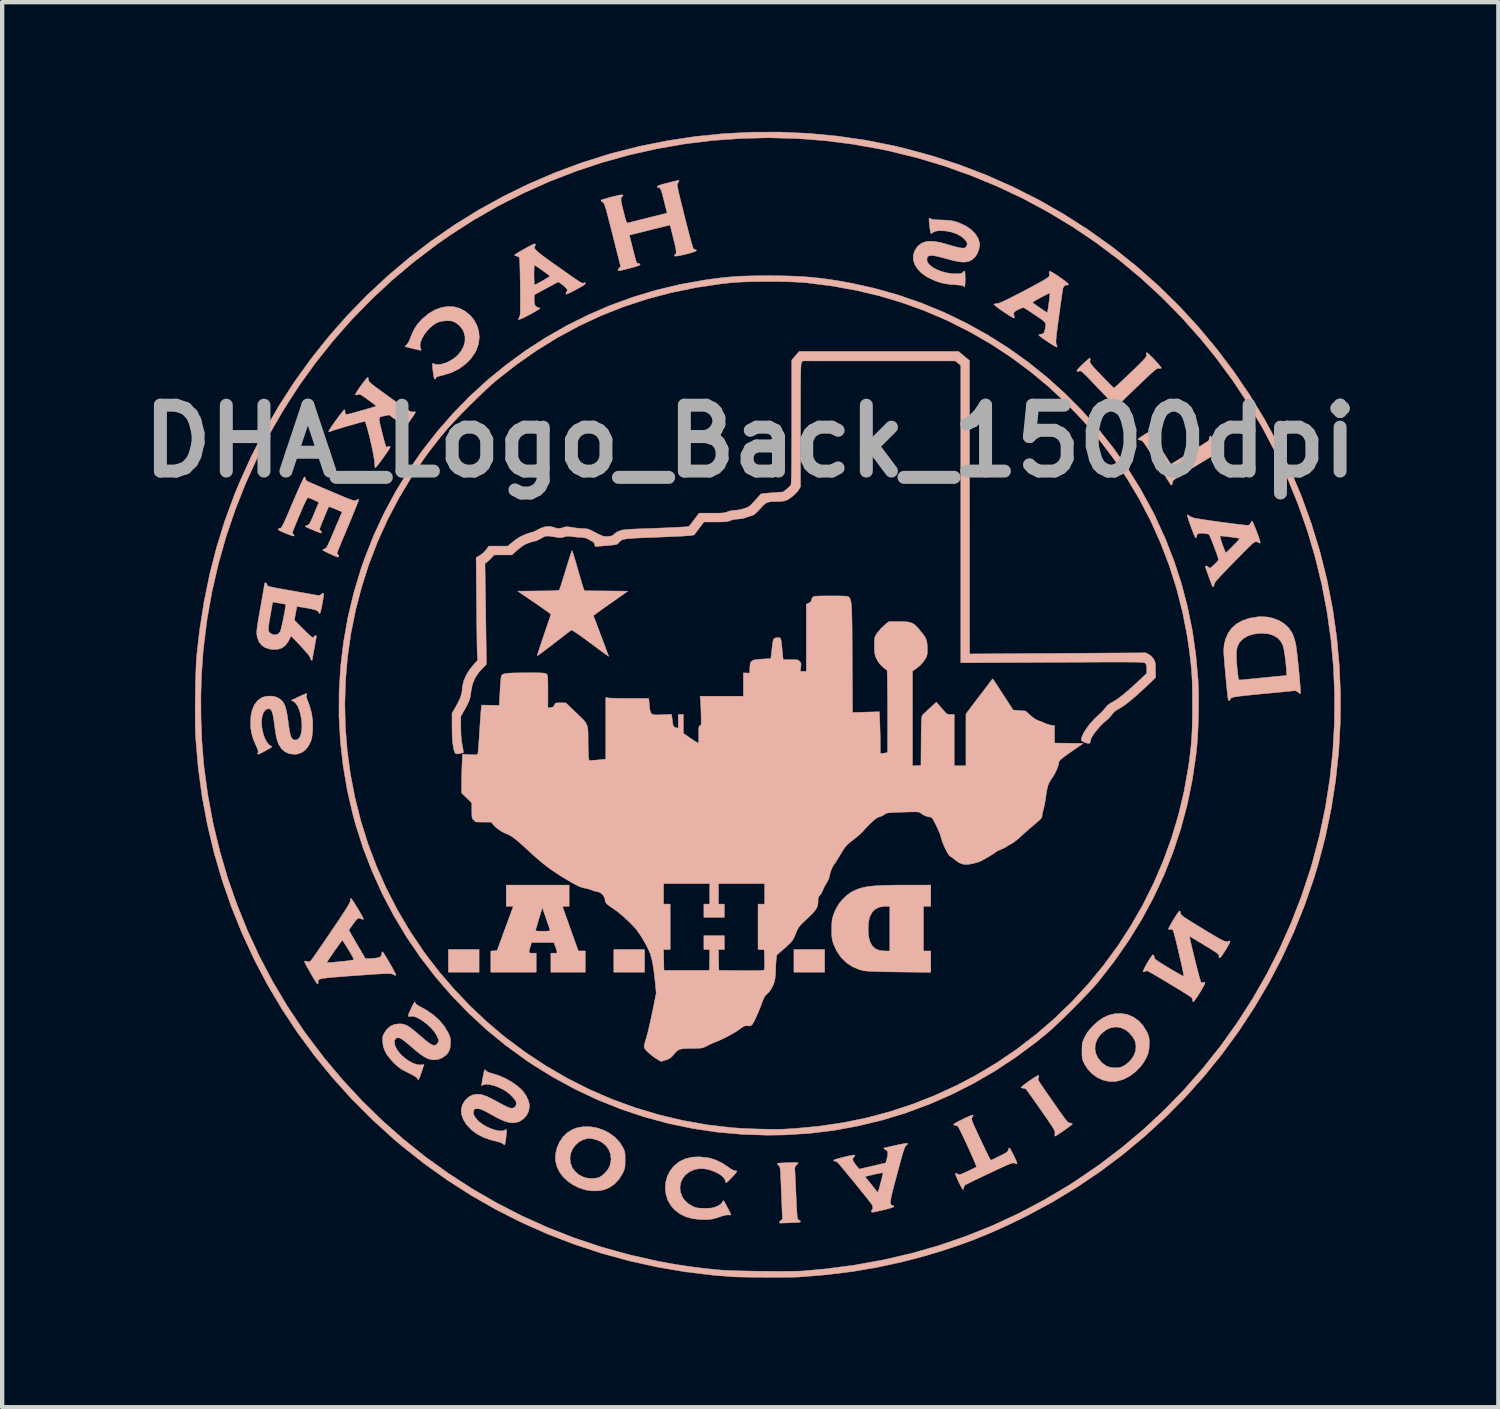
<source format=kicad_pcb>
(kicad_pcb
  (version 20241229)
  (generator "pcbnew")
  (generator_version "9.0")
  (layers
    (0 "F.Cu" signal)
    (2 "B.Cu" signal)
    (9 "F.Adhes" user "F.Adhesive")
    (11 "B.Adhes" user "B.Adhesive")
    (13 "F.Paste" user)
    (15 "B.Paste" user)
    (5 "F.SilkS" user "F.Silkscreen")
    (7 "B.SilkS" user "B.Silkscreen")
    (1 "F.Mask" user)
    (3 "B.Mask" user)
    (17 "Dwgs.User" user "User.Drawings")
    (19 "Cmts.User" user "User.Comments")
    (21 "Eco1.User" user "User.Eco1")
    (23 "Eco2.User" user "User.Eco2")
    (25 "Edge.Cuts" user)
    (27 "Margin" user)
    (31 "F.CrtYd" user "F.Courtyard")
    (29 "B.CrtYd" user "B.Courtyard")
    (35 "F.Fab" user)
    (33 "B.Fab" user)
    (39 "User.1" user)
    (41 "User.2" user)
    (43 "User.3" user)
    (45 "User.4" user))
  (footprint "DHA_Logo_Back_1500dpi"
    (layer "F.Cu")
    (at 14.604 13.657)
    (property "Reference" "DHA_Logo_Back_1500dpi" (at -0.3 -6.5 0) (layer "F.Fab") (effects (font (size 1.524 1.524) (thickness 0.3))))
    (attr through_hole)
    (fp_poly (pts (xy -7.283 5.781) (xy -6.572 5.781) (xy -6.572 5.256) (xy -7.283 5.256) (xy -7.283 5.781)) (stroke (width 0.01) (type solid)) (fill yes) (layer "B.SilkS"))
    (fp_poly (pts (xy -3.456 5.781) (xy -2.745 5.781) (xy -2.745 5.256) (xy -3.456 5.256) (xy -3.456 5.781)) (stroke (width 0.01) (type solid)) (fill yes) (layer "B.SilkS"))
    (fp_poly (pts (xy 0.71 5.781) (xy 1.421 5.781) (xy 1.421 5.256) (xy 0.71 5.256) (xy 0.71 5.781)) (stroke (width 0.01) (type solid)) (fill yes) (layer "B.SilkS"))
    (fp_poly (pts (xy 0.619 10.185) (xy 0.541 10.187) (xy 0.465 10.191) (xy 0.4 10.194) (xy 0.352 10.199) (xy 0.328 10.203) (xy 0.328 10.204) (xy 0.33 10.222) (xy 0.354 10.248) (xy 0.356 10.249) (xy 0.366 10.258) (xy 0.375 10.269) (xy 0.382 10.285) (xy 0.388 10.309) (xy 0.393 10.346) (xy 0.398 10.398) (xy 0.402 10.469) (xy 0.407 10.562) (xy 0.412 10.681) (xy 0.417 10.829) (xy 0.42 10.887) (xy 0.444 11.493) (xy 0.407 11.523) (xy 0.377 11.555) (xy 0.376 11.577) (xy 0.405 11.586) (xy 0.417 11.585) (xy 0.453 11.583) (xy 0.513 11.581) (xy 0.59 11.578) (xy 0.663 11.576) (xy 0.75 11.573) (xy 0.809 11.569) (xy 0.843 11.563) (xy 0.859 11.554) (xy 0.862 11.546) (xy 0.849 11.524) (xy 0.837 11.521) (xy 0.81 11.508) (xy 0.796 11.49) (xy 0.791 11.466) (xy 0.785 11.412) (xy 0.779 11.334) (xy 0.773 11.237) (xy 0.767 11.124) (xy 0.762 11.004) (xy 0.756 10.874) (xy 0.751 10.749) (xy 0.746 10.634) (xy 0.741 10.535) (xy 0.737 10.458) (xy 0.735 10.416) (xy 0.731 10.348) (xy 0.732 10.305) (xy 0.74 10.277) (xy 0.756 10.254) (xy 0.768 10.241) (xy 0.797 10.211) (xy 0.811 10.191) (xy 0.811 10.189) (xy 0.796 10.186) (xy 0.753 10.184) (xy 0.692 10.184) (xy 0.619 10.185)) (stroke (width 0.01) (type solid)) (fill yes) (layer "B.SilkS"))
    (fp_poly (pts (xy -5.945 4.257) (xy -5.781 4.257) (xy -5.969 4.769) (xy -6.157 5.281) (xy -6.229 5.286) (xy -6.301 5.292) (xy -6.301 5.781) (xy -5.251 5.781) (xy -5.251 5.34) (xy -5.336 5.34) (xy -5.381 5.339) (xy -5.408 5.332) (xy -5.417 5.312) (xy -5.411 5.274) (xy -5.393 5.21) (xy -5.389 5.196) (xy -5.359 5.095) (xy -4.839 5.095) (xy -4.811 5.18) (xy -4.785 5.253) (xy -4.771 5.3) (xy -4.768 5.326) (xy -4.777 5.338) (xy -4.8 5.341) (xy -4.835 5.34) (xy -4.912 5.34) (xy -4.912 5.781) (xy -4.116 5.781) (xy -4.116 5.29) (xy -4.277 5.289) (xy -4.445 4.82) (xy -4.929 4.82) (xy -4.945 4.825) (xy -4.987 4.829) (xy -5.049 4.832) (xy -5.099 4.832) (xy -5.17 4.831) (xy -5.226 4.828) (xy -5.261 4.824) (xy -5.268 4.821) (xy -5.263 4.801) (xy -5.25 4.755) (xy -5.231 4.688) (xy -5.206 4.606) (xy -5.189 4.549) (xy -5.109 4.289) (xy -5.019 4.548) (xy -4.989 4.636) (xy -4.963 4.713) (xy -4.943 4.773) (xy -4.932 4.81) (xy -4.929 4.82) (xy -4.445 4.82) (xy -4.454 4.794) (xy -4.498 4.671) (xy -4.538 4.557) (xy -4.573 4.458) (xy -4.602 4.376) (xy -4.624 4.317) (xy -4.636 4.283) (xy -4.638 4.278) (xy -4.631 4.264) (xy -4.595 4.257) (xy -4.567 4.257) (xy -4.489 4.257) (xy -4.489 3.766) (xy -5.945 3.766) (xy -5.945 4.257)) (stroke (width 0.01) (type solid)) (fill yes) (layer "B.SilkS"))
    (fp_poly (pts (xy 6.352 8.171) (xy 6.314 8.192) (xy 6.26 8.225) (xy 6.198 8.266) (xy 6.132 8.311) (xy 6.071 8.356) (xy 6.018 8.396) (xy 5.981 8.427) (xy 5.965 8.446) (xy 5.965 8.448) (xy 5.984 8.46) (xy 6.015 8.465) (xy 6.056 8.472) (xy 6.078 8.484) (xy 6.092 8.501) (xy 6.122 8.543) (xy 6.167 8.607) (xy 6.225 8.688) (xy 6.292 8.783) (xy 6.367 8.889) (xy 6.426 8.974) (xy 6.515 9.102) (xy 6.586 9.204) (xy 6.641 9.286) (xy 6.683 9.349) (xy 6.713 9.397) (xy 6.732 9.433) (xy 6.743 9.46) (xy 6.748 9.481) (xy 6.748 9.499) (xy 6.747 9.51) (xy 6.744 9.551) (xy 6.749 9.573) (xy 6.751 9.574) (xy 6.769 9.565) (xy 6.81 9.54) (xy 6.867 9.502) (xy 6.936 9.455) (xy 6.963 9.437) (xy 7.033 9.387) (xy 7.091 9.343) (xy 7.132 9.309) (xy 7.151 9.288) (xy 7.152 9.285) (xy 7.13 9.273) (xy 7.094 9.269) (xy 7.078 9.267) (xy 7.062 9.259) (xy 7.041 9.242) (xy 7.016 9.214) (xy 6.981 9.171) (xy 6.936 9.11) (xy 6.878 9.029) (xy 6.805 8.925) (xy 6.759 8.858) (xy 6.659 8.715) (xy 6.576 8.597) (xy 6.51 8.502) (xy 6.458 8.426) (xy 6.419 8.368) (xy 6.391 8.325) (xy 6.372 8.293) (xy 6.362 8.272) (xy 6.357 8.257) (xy 6.358 8.246) (xy 6.361 8.237) (xy 6.366 8.227) (xy 6.367 8.224) (xy 6.375 8.188) (xy 6.37 8.167) (xy 6.352 8.171)) (stroke (width 0.01) (type solid)) (fill yes) (layer "B.SilkS"))
    (fp_poly (pts (xy 3.076 3.766) (xy 2.889 3.769) (xy 2.729 3.774) (xy 2.592 3.782) (xy 2.475 3.793) (xy 2.375 3.808) (xy 2.287 3.827) (xy 2.208 3.851) (xy 2.135 3.88) (xy 2.064 3.914) (xy 2.039 3.928) (xy 1.941 3.996) (xy 1.844 4.087) (xy 1.758 4.191) (xy 1.692 4.299) (xy 1.686 4.311) (xy 1.644 4.403) (xy 1.615 4.482) (xy 1.597 4.558) (xy 1.587 4.642) (xy 1.584 4.744) (xy 1.583 4.799) (xy 1.584 4.894) (xy 1.588 4.965) (xy 1.596 5.022) (xy 1.608 5.075) (xy 1.627 5.132) (xy 1.703 5.298) (xy 1.803 5.443) (xy 1.926 5.562) (xy 2.069 5.657) (xy 2.231 5.723) (xy 2.299 5.741) (xy 2.335 5.748) (xy 2.383 5.754) (xy 2.445 5.759) (xy 2.524 5.763) (xy 2.624 5.767) (xy 2.748 5.77) (xy 2.898 5.773) (xy 3.078 5.775) (xy 3.144 5.776) (xy 3.876 5.784) (xy 3.876 5.29) (xy 3.707 5.29) (xy 2.928 5.29) (xy 2.83 5.29) (xy 2.763 5.286) (xy 2.699 5.278) (xy 2.67 5.272) (xy 2.585 5.232) (xy 2.517 5.165) (xy 2.468 5.073) (xy 2.444 4.983) (xy 2.43 4.873) (xy 2.428 4.754) (xy 2.435 4.637) (xy 2.454 4.535) (xy 2.468 4.491) (xy 2.52 4.393) (xy 2.59 4.323) (xy 2.68 4.278) (xy 2.792 4.258) (xy 2.839 4.257) (xy 2.928 4.257) (xy 2.928 5.29) (xy 3.707 5.29) (xy 3.707 4.257) (xy 3.876 4.257) (xy 3.876 3.766) (xy 3.294 3.766) (xy 3.076 3.766)) (stroke (width 0.01) (type solid)) (fill yes) (layer "B.SilkS"))
    (fp_poly (pts (xy -4.165 9.354) (xy -4.315 9.382) (xy -4.416 9.421) (xy -4.532 9.493) (xy -4.631 9.59) (xy -4.711 9.708) (xy -4.769 9.84) (xy -4.802 9.98) (xy -4.806 10.124) (xy -4.804 10.141) (xy -4.774 10.273) (xy -4.715 10.397) (xy -4.631 10.511) (xy -4.525 10.612) (xy -4.402 10.698) (xy -4.266 10.766) (xy -4.122 10.814) (xy -3.973 10.839) (xy -3.823 10.839) (xy -3.693 10.817) (xy -3.56 10.764) (xy -3.44 10.681) (xy -3.337 10.572) (xy -3.255 10.44) (xy -3.247 10.424) (xy -3.223 10.371) (xy -3.208 10.326) (xy -3.199 10.281) (xy -3.195 10.224) (xy -3.194 10.145) (xy -3.194 10.124) (xy -3.194 10.117) (xy -3.519 10.117) (xy -3.54 10.235) (xy -3.557 10.281) (xy -3.6 10.355) (xy -3.661 10.426) (xy -3.729 10.487) (xy -3.798 10.528) (xy -3.815 10.534) (xy -3.908 10.552) (xy -4.014 10.551) (xy -4.117 10.534) (xy -4.154 10.522) (xy -4.268 10.464) (xy -4.357 10.386) (xy -4.422 10.293) (xy -4.46 10.189) (xy -4.47 10.079) (xy -4.452 9.968) (xy -4.403 9.859) (xy -4.344 9.78) (xy -4.263 9.708) (xy -4.168 9.656) (xy -4.07 9.628) (xy -4.026 9.625) (xy -3.954 9.633) (xy -3.87 9.655) (xy -3.787 9.686) (xy -3.729 9.717) (xy -3.635 9.795) (xy -3.568 9.892) (xy -3.529 10.001) (xy -3.519 10.117) (xy -3.194 10.117) (xy -3.194 10.04) (xy -3.197 9.979) (xy -3.205 9.933) (xy -3.218 9.892) (xy -3.239 9.846) (xy -3.244 9.836) (xy -3.326 9.707) (xy -3.433 9.595) (xy -3.56 9.502) (xy -3.702 9.43) (xy -3.853 9.38) (xy -4.009 9.354) (xy -4.165 9.354)) (stroke (width 0.01) (type solid)) (fill yes) (layer "B.SilkS"))
    (fp_poly (pts (xy 8.141 6.74) (xy 8.122 6.743) (xy 7.988 6.777) (xy 7.867 6.832) (xy 7.75 6.912) (xy 7.643 7.008) (xy 7.565 7.089) (xy 7.507 7.163) (xy 7.46 7.238) (xy 7.439 7.278) (xy 7.41 7.339) (xy 7.391 7.385) (xy 7.38 7.428) (xy 7.375 7.479) (xy 7.373 7.546) (xy 7.373 7.6) (xy 7.373 7.685) (xy 7.377 7.745) (xy 7.384 7.791) (xy 7.397 7.833) (xy 7.419 7.88) (xy 7.428 7.899) (xy 7.506 8.023) (xy 7.606 8.129) (xy 7.723 8.214) (xy 7.852 8.274) (xy 7.988 8.307) (xy 8.126 8.311) (xy 8.177 8.304) (xy 8.328 8.261) (xy 8.474 8.187) (xy 8.609 8.086) (xy 8.729 7.963) (xy 8.803 7.863) (xy 8.865 7.755) (xy 8.905 7.653) (xy 8.925 7.546) (xy 8.928 7.488) (xy 8.623 7.488) (xy 8.612 7.602) (xy 8.576 7.702) (xy 8.524 7.784) (xy 8.453 7.863) (xy 8.373 7.928) (xy 8.294 7.971) (xy 8.291 7.972) (xy 8.21 7.99) (xy 8.115 7.992) (xy 8.022 7.981) (xy 7.953 7.958) (xy 7.903 7.927) (xy 7.847 7.885) (xy 7.822 7.862) (xy 7.741 7.763) (xy 7.691 7.655) (xy 7.673 7.543) (xy 7.687 7.43) (xy 7.732 7.319) (xy 7.809 7.215) (xy 7.832 7.192) (xy 7.934 7.113) (xy 8.043 7.065) (xy 8.156 7.048) (xy 8.268 7.064) (xy 8.376 7.112) (xy 8.458 7.173) (xy 8.545 7.272) (xy 8.601 7.377) (xy 8.623 7.488) (xy 8.928 7.488) (xy 8.931 7.431) (xy 8.93 7.354) (xy 8.924 7.298) (xy 8.912 7.25) (xy 8.89 7.196) (xy 8.867 7.149) (xy 8.784 7.014) (xy 8.681 6.903) (xy 8.562 6.819) (xy 8.43 6.762) (xy 8.288 6.735) (xy 8.141 6.74)) (stroke (width 0.01) (type solid)) (fill yes) (layer "B.SilkS"))
    (fp_poly (pts (xy -7.453 -9.592) (xy -7.599 -9.537) (xy -7.741 -9.452) (xy -7.878 -9.338) (xy -7.892 -9.324) (xy -7.989 -9.218) (xy -8.064 -9.108) (xy -8.126 -8.983) (xy -8.164 -8.884) (xy -8.191 -8.818) (xy -8.222 -8.764) (xy -8.246 -8.736) (xy -8.273 -8.71) (xy -8.282 -8.693) (xy -8.281 -8.692) (xy -8.261 -8.684) (xy -8.217 -8.672) (xy -8.157 -8.656) (xy -8.09 -8.64) (xy -8.024 -8.625) (xy -7.966 -8.613) (xy -7.926 -8.606) (xy -7.911 -8.605) (xy -7.913 -8.624) (xy -7.926 -8.654) (xy -7.939 -8.712) (xy -7.928 -8.786) (xy -7.897 -8.868) (xy -7.848 -8.956) (xy -7.786 -9.042) (xy -7.712 -9.122) (xy -7.631 -9.191) (xy -7.553 -9.24) (xy -7.48 -9.266) (xy -7.39 -9.283) (xy -7.296 -9.289) (xy -7.212 -9.283) (xy -7.177 -9.274) (xy -7.101 -9.236) (xy -7.027 -9.174) (xy -6.964 -9.098) (xy -6.928 -9.033) (xy -6.898 -8.923) (xy -6.899 -8.811) (xy -6.929 -8.699) (xy -6.984 -8.592) (xy -7.064 -8.494) (xy -7.165 -8.408) (xy -7.286 -8.338) (xy -7.364 -8.306) (xy -7.442 -8.285) (xy -7.516 -8.275) (xy -7.576 -8.278) (xy -7.615 -8.292) (xy -7.618 -8.294) (xy -7.636 -8.307) (xy -7.647 -8.299) (xy -7.651 -8.267) (xy -7.648 -8.209) (xy -7.639 -8.121) (xy -7.638 -8.114) (xy -7.626 -8.027) (xy -7.615 -7.971) (xy -7.603 -7.941) (xy -7.594 -7.935) (xy -7.573 -7.949) (xy -7.571 -7.959) (xy -7.569 -7.973) (xy -7.559 -7.984) (xy -7.535 -7.995) (xy -7.493 -8.007) (xy -7.425 -8.024) (xy -7.377 -8.036) (xy -7.2 -8.093) (xy -7.035 -8.177) (xy -6.889 -8.283) (xy -6.764 -8.408) (xy -6.666 -8.55) (xy -6.636 -8.608) (xy -6.585 -8.753) (xy -6.567 -8.901) (xy -6.58 -9.047) (xy -6.625 -9.188) (xy -6.699 -9.32) (xy -6.781 -9.416) (xy -6.899 -9.512) (xy -7.028 -9.578) (xy -7.165 -9.613) (xy -7.308 -9.617) (xy -7.453 -9.592)) (stroke (width 0.01) (type solid)) (fill yes) (layer "B.SilkS"))
    (fp_poly (pts (xy -1.647 10.059) (xy -1.801 10.096) (xy -1.938 10.161) (xy -2.056 10.255) (xy -2.06 10.258) (xy -2.153 10.374) (xy -2.218 10.503) (xy -2.256 10.642) (xy -2.266 10.784) (xy -2.248 10.925) (xy -2.203 11.061) (xy -2.13 11.185) (xy -2.049 11.277) (xy -1.93 11.369) (xy -1.795 11.436) (xy -1.64 11.48) (xy -1.464 11.501) (xy -1.373 11.504) (xy -1.287 11.502) (xy -1.219 11.497) (xy -1.157 11.486) (xy -1.086 11.466) (xy -1.019 11.444) (xy -0.916 11.412) (xy -0.842 11.396) (xy -0.796 11.394) (xy -0.794 11.395) (xy -0.76 11.399) (xy -0.747 11.396) (xy -0.754 11.374) (xy -0.773 11.332) (xy -0.8 11.277) (xy -0.832 11.216) (xy -0.863 11.156) (xy -0.891 11.106) (xy -0.911 11.073) (xy -0.919 11.064) (xy -0.934 11.077) (xy -0.953 11.11) (xy -0.953 11.11) (xy -0.984 11.148) (xy -1.042 11.184) (xy -1.077 11.199) (xy -1.13 11.219) (xy -1.181 11.232) (xy -1.238 11.239) (xy -1.314 11.241) (xy -1.356 11.241) (xy -1.445 11.24) (xy -1.509 11.235) (xy -1.559 11.225) (xy -1.604 11.209) (xy -1.616 11.204) (xy -1.733 11.136) (xy -1.822 11.052) (xy -1.869 10.982) (xy -1.913 10.871) (xy -1.926 10.759) (xy -1.909 10.653) (xy -1.866 10.554) (xy -1.798 10.468) (xy -1.708 10.399) (xy -1.599 10.349) (xy -1.483 10.325) (xy -1.391 10.325) (xy -1.292 10.34) (xy -1.192 10.369) (xy -1.097 10.407) (xy -1.012 10.453) (xy -0.943 10.504) (xy -0.895 10.556) (xy -0.876 10.608) (xy -0.876 10.61) (xy -0.868 10.64) (xy -0.857 10.649) (xy -0.837 10.637) (xy -0.802 10.606) (xy -0.757 10.562) (xy -0.71 10.512) (xy -0.666 10.463) (xy -0.632 10.421) (xy -0.613 10.393) (xy -0.611 10.387) (xy -0.624 10.373) (xy -0.645 10.374) (xy -0.677 10.369) (xy -0.73 10.342) (xy -0.805 10.292) (xy -0.813 10.286) (xy -0.955 10.194) (xy -1.09 10.128) (xy -1.228 10.084) (xy -1.286 10.072) (xy -1.475 10.051) (xy -1.647 10.059)) (stroke (width 0.01) (type solid)) (fill yes) (layer "B.SilkS"))
    (fp_poly (pts (xy 9.002 -6.756) (xy 8.963 -6.737) (xy 8.91 -6.708) (xy 8.849 -6.672) (xy 8.788 -6.634) (xy 8.733 -6.598) (xy 8.692 -6.569) (xy 8.67 -6.55) (xy 8.668 -6.546) (xy 8.683 -6.535) (xy 8.719 -6.527) (xy 8.723 -6.527) (xy 8.738 -6.524) (xy 8.754 -6.517) (xy 8.771 -6.504) (xy 8.792 -6.481) (xy 8.819 -6.445) (xy 8.855 -6.394) (xy 8.9 -6.325) (xy 8.958 -6.235) (xy 9.03 -6.121) (xy 9.1 -6.01) (xy 9.175 -5.892) (xy 9.244 -5.783) (xy 9.305 -5.686) (xy 9.357 -5.605) (xy 9.396 -5.543) (xy 9.422 -5.503) (xy 9.432 -5.489) (xy 9.45 -5.489) (xy 9.453 -5.491) (xy 9.462 -5.516) (xy 9.464 -5.539) (xy 9.476 -5.58) (xy 9.494 -5.602) (xy 9.522 -5.623) (xy 9.574 -5.658) (xy 9.645 -5.704) (xy 9.73 -5.759) (xy 9.827 -5.82) (xy 9.93 -5.884) (xy 10.036 -5.949) (xy 10.141 -6.013) (xy 10.24 -6.073) (xy 10.329 -6.126) (xy 10.405 -6.17) (xy 10.463 -6.203) (xy 10.499 -6.222) (xy 10.508 -6.225) (xy 10.544 -6.217) (xy 10.557 -6.209) (xy 10.584 -6.201) (xy 10.594 -6.205) (xy 10.592 -6.223) (xy 10.576 -6.262) (xy 10.547 -6.317) (xy 10.511 -6.381) (xy 10.471 -6.448) (xy 10.43 -6.512) (xy 10.393 -6.567) (xy 10.363 -6.606) (xy 10.343 -6.623) (xy 10.342 -6.623) (xy 10.327 -6.608) (xy 10.32 -6.577) (xy 10.313 -6.537) (xy 10.302 -6.515) (xy 10.283 -6.501) (xy 10.24 -6.473) (xy 10.178 -6.433) (xy 10.101 -6.384) (xy 10.012 -6.328) (xy 9.917 -6.269) (xy 9.82 -6.208) (xy 9.725 -6.149) (xy 9.637 -6.094) (xy 9.559 -6.046) (xy 9.496 -6.008) (xy 9.452 -5.982) (xy 9.433 -5.971) (xy 9.432 -5.971) (xy 9.42 -5.985) (xy 9.393 -6.025) (xy 9.353 -6.086) (xy 9.302 -6.166) (xy 9.242 -6.26) (xy 9.177 -6.366) (xy 9.107 -6.479) (xy 9.063 -6.551) (xy 9.028 -6.612) (xy 9.009 -6.653) (xy 9.003 -6.681) (xy 9.009 -6.706) (xy 9.011 -6.709) (xy 9.021 -6.743) (xy 9.019 -6.761) (xy 9.002 -6.756)) (stroke (width 0.01) (type solid)) (fill yes) (layer "B.SilkS"))
    (fp_poly (pts (xy 8.869 -8.552) (xy 8.86 -8.53) (xy 8.863 -8.495) (xy 8.864 -8.48) (xy 8.86 -8.464) (xy 8.848 -8.442) (xy 8.826 -8.414) (xy 8.791 -8.375) (xy 8.741 -8.324) (xy 8.673 -8.256) (xy 8.585 -8.171) (xy 8.501 -8.09) (xy 8.408 -8.001) (xy 8.322 -7.92) (xy 8.247 -7.85) (xy 8.186 -7.794) (xy 8.142 -7.754) (xy 8.117 -7.734) (xy 8.114 -7.732) (xy 8.098 -7.744) (xy 8.063 -7.777) (xy 8.011 -7.828) (xy 7.947 -7.893) (xy 7.873 -7.969) (xy 7.824 -8.02) (xy 7.737 -8.112) (xy 7.671 -8.182) (xy 7.623 -8.235) (xy 7.59 -8.275) (xy 7.57 -8.304) (xy 7.56 -8.326) (xy 7.557 -8.344) (xy 7.56 -8.363) (xy 7.56 -8.367) (xy 7.564 -8.406) (xy 7.559 -8.425) (xy 7.557 -8.426) (xy 7.539 -8.415) (xy 7.503 -8.385) (xy 7.452 -8.34) (xy 7.393 -8.286) (xy 7.391 -8.285) (xy 7.32 -8.215) (xy 7.274 -8.163) (xy 7.254 -8.128) (xy 7.26 -8.113) (xy 7.292 -8.117) (xy 7.309 -8.123) (xy 7.324 -8.127) (xy 7.34 -8.126) (xy 7.36 -8.117) (xy 7.388 -8.096) (xy 7.425 -8.061) (xy 7.477 -8.01) (xy 7.546 -7.939) (xy 7.617 -7.864) (xy 7.757 -7.717) (xy 7.876 -7.593) (xy 7.975 -7.491) (xy 8.055 -7.409) (xy 8.119 -7.346) (xy 8.166 -7.3) (xy 8.2 -7.27) (xy 8.221 -7.254) (xy 8.231 -7.25) (xy 8.232 -7.251) (xy 8.237 -7.274) (xy 8.234 -7.308) (xy 8.233 -7.32) (xy 8.235 -7.334) (xy 8.242 -7.35) (xy 8.256 -7.372) (xy 8.28 -7.4) (xy 8.315 -7.438) (xy 8.363 -7.487) (xy 8.427 -7.55) (xy 8.507 -7.628) (xy 8.607 -7.723) (xy 8.727 -7.837) (xy 8.846 -7.95) (xy 8.933 -8.032) (xy 8.999 -8.093) (xy 9.049 -8.136) (xy 9.085 -8.164) (xy 9.112 -8.18) (xy 9.134 -8.186) (xy 9.151 -8.186) (xy 9.189 -8.186) (xy 9.21 -8.192) (xy 9.203 -8.209) (xy 9.176 -8.244) (xy 9.136 -8.292) (xy 9.086 -8.347) (xy 9.031 -8.405) (xy 8.977 -8.459) (xy 8.93 -8.506) (xy 8.893 -8.538) (xy 8.871 -8.552) (xy 8.869 -8.552)) (stroke (width 0.01) (type solid)) (fill yes) (layer "B.SilkS"))
    (fp_poly (pts (xy -4.43 -3.957) (xy -4.446 -3.914) (xy -4.468 -3.846) (xy -4.496 -3.758) (xy -4.528 -3.655) (xy -4.564 -3.54) (xy -4.564 -3.537) (xy -4.6 -3.42) (xy -4.633 -3.313) (xy -4.662 -3.219) (xy -4.686 -3.145) (xy -4.703 -3.094) (xy -4.712 -3.071) (xy -4.719 -3.063) (xy -4.732 -3.056) (xy -4.756 -3.051) (xy -4.794 -3.047) (xy -4.85 -3.044) (xy -4.927 -3.041) (xy -5.03 -3.04) (xy -5.162 -3.038) (xy -5.203 -3.038) (xy -5.679 -3.033) (xy -5.295 -2.772) (xy -5.195 -2.703) (xy -5.104 -2.64) (xy -5.027 -2.585) (xy -4.967 -2.542) (xy -4.928 -2.512) (xy -4.912 -2.498) (xy -4.912 -2.498) (xy -4.918 -2.479) (xy -4.933 -2.433) (xy -4.956 -2.362) (xy -4.986 -2.272) (xy -5.022 -2.167) (xy -5.062 -2.049) (xy -5.073 -2.016) (xy -5.114 -1.896) (xy -5.15 -1.788) (xy -5.181 -1.694) (xy -5.205 -1.619) (xy -5.221 -1.566) (xy -5.227 -1.541) (xy -5.227 -1.539) (xy -5.212 -1.547) (xy -5.174 -1.573) (xy -5.116 -1.615) (xy -5.042 -1.67) (xy -4.955 -1.736) (xy -4.859 -1.81) (xy -4.842 -1.824) (xy -4.743 -1.9) (xy -4.652 -1.97) (xy -4.573 -2.031) (xy -4.51 -2.08) (xy -4.465 -2.114) (xy -4.444 -2.131) (xy -4.443 -2.132) (xy -4.426 -2.129) (xy -4.389 -2.11) (xy -4.332 -2.073) (xy -4.251 -2.017) (xy -4.147 -1.943) (xy -4.018 -1.848) (xy -3.998 -1.833) (xy -3.894 -1.756) (xy -3.799 -1.686) (xy -3.717 -1.625) (xy -3.65 -1.577) (xy -3.603 -1.543) (xy -3.578 -1.526) (xy -3.575 -1.524) (xy -3.58 -1.541) (xy -3.596 -1.585) (xy -3.622 -1.653) (xy -3.654 -1.741) (xy -3.693 -1.845) (xy -3.737 -1.961) (xy -3.751 -1.999) (xy -3.927 -2.468) (xy -3.83 -2.539) (xy -3.787 -2.57) (xy -3.722 -2.617) (xy -3.64 -2.675) (xy -3.549 -2.74) (xy -3.453 -2.807) (xy -3.433 -2.821) (xy -3.133 -3.033) (xy -3.634 -3.038) (xy -4.135 -3.042) (xy -4.157 -3.097) (xy -4.168 -3.128) (xy -4.186 -3.187) (xy -4.21 -3.268) (xy -4.239 -3.366) (xy -4.271 -3.476) (xy -4.296 -3.562) (xy -4.328 -3.674) (xy -4.358 -3.774) (xy -4.383 -3.859) (xy -4.404 -3.923) (xy -4.417 -3.962) (xy -4.423 -3.973) (xy -4.43 -3.957)) (stroke (width 0.01) (type solid)) (fill yes) (layer "B.SilkS"))
    (fp_poly (pts (xy -10.575 -0.662) (xy -10.617 -0.646) (xy -10.676 -0.621) (xy -10.74 -0.591) (xy -10.915 -0.508) (xy -10.865 -0.483) (xy -10.813 -0.441) (xy -10.768 -0.372) (xy -10.73 -0.283) (xy -10.701 -0.179) (xy -10.681 -0.067) (xy -10.671 0.046) (xy -10.672 0.154) (xy -10.686 0.251) (xy -10.712 0.33) (xy -10.742 0.375) (xy -10.788 0.405) (xy -10.84 0.411) (xy -10.885 0.391) (xy -10.893 0.383) (xy -10.912 0.356) (xy -10.928 0.319) (xy -10.943 0.267) (xy -10.957 0.196) (xy -10.973 0.1) (xy -10.99 -0.025) (xy -10.991 -0.035) (xy -11.012 -0.178) (xy -11.035 -0.291) (xy -11.062 -0.38) (xy -11.094 -0.448) (xy -11.135 -0.501) (xy -11.185 -0.543) (xy -11.237 -0.573) (xy -11.317 -0.599) (xy -11.412 -0.608) (xy -11.508 -0.6) (xy -11.591 -0.574) (xy -11.597 -0.572) (xy -11.691 -0.505) (xy -11.766 -0.411) (xy -11.818 -0.293) (xy -11.85 -0.15) (xy -11.859 -0.002) (xy -11.854 0.132) (xy -11.836 0.253) (xy -11.801 0.372) (xy -11.748 0.503) (xy -11.736 0.527) (xy -11.704 0.601) (xy -11.686 0.651) (xy -11.681 0.684) (xy -11.686 0.701) (xy -11.696 0.728) (xy -11.685 0.738) (xy -11.653 0.73) (xy -11.597 0.704) (xy -11.525 0.665) (xy -11.45 0.623) (xy -11.4 0.594) (xy -11.373 0.575) (xy -11.364 0.564) (xy -11.369 0.557) (xy -11.381 0.552) (xy -11.432 0.519) (xy -11.482 0.458) (xy -11.527 0.374) (xy -11.559 0.289) (xy -11.589 0.169) (xy -11.603 0.052) (xy -11.602 -0.057) (xy -11.587 -0.153) (xy -11.557 -0.23) (xy -11.515 -0.284) (xy -11.477 -0.306) (xy -11.438 -0.314) (xy -11.406 -0.307) (xy -11.379 -0.28) (xy -11.357 -0.232) (xy -11.338 -0.159) (xy -11.321 -0.057) (xy -11.306 0.05) (xy -11.289 0.181) (xy -11.272 0.285) (xy -11.256 0.367) (xy -11.237 0.433) (xy -11.216 0.49) (xy -11.206 0.512) (xy -11.144 0.611) (xy -11.061 0.683) (xy -10.962 0.727) (xy -10.849 0.741) (xy -10.779 0.735) (xy -10.68 0.703) (xy -10.593 0.641) (xy -10.52 0.551) (xy -10.463 0.436) (xy -10.458 0.421) (xy -10.441 0.354) (xy -10.428 0.26) (xy -10.42 0.15) (xy -10.42 0.149) (xy -10.422 -0.046) (xy -10.45 -0.228) (xy -10.504 -0.409) (xy -10.524 -0.461) (xy -10.553 -0.538) (xy -10.567 -0.59) (xy -10.567 -0.621) (xy -10.564 -0.628) (xy -10.555 -0.655) (xy -10.557 -0.665) (xy -10.575 -0.662)) (stroke (width 0.01) (type solid)) (fill yes) (layer "B.SilkS"))
    (fp_poly (pts (xy 4.821 9.09) (xy 4.772 9.109) (xy 4.699 9.142) (xy 4.613 9.183) (xy 4.515 9.231) (xy 4.448 9.268) (xy 4.412 9.294) (xy 4.404 9.311) (xy 4.424 9.319) (xy 4.443 9.32) (xy 4.487 9.335) (xy 4.51 9.358) (xy 4.53 9.393) (xy 4.559 9.45) (xy 4.597 9.527) (xy 4.639 9.616) (xy 4.686 9.715) (xy 4.734 9.819) (xy 4.78 9.922) (xy 4.825 10.021) (xy 4.864 10.11) (xy 4.896 10.186) (xy 4.919 10.243) (xy 4.931 10.277) (xy 4.932 10.284) (xy 4.912 10.296) (xy 4.867 10.318) (xy 4.805 10.349) (xy 4.731 10.384) (xy 4.727 10.386) (xy 4.647 10.423) (xy 4.592 10.447) (xy 4.554 10.459) (xy 4.529 10.462) (xy 4.51 10.457) (xy 4.495 10.448) (xy 4.463 10.433) (xy 4.445 10.436) (xy 4.447 10.456) (xy 4.463 10.499) (xy 4.487 10.557) (xy 4.517 10.622) (xy 4.548 10.687) (xy 4.578 10.745) (xy 4.603 10.788) (xy 4.619 10.809) (xy 4.622 10.81) (xy 4.634 10.795) (xy 4.638 10.77) (xy 4.649 10.729) (xy 4.664 10.708) (xy 4.685 10.695) (xy 4.734 10.671) (xy 4.805 10.635) (xy 4.896 10.591) (xy 5.002 10.54) (xy 5.121 10.483) (xy 5.227 10.433) (xy 5.371 10.365) (xy 5.487 10.311) (xy 5.579 10.269) (xy 5.65 10.238) (xy 5.704 10.216) (xy 5.743 10.202) (xy 5.772 10.195) (xy 5.792 10.194) (xy 5.808 10.196) (xy 5.814 10.198) (xy 5.851 10.209) (xy 5.871 10.209) (xy 5.872 10.209) (xy 5.869 10.19) (xy 5.854 10.149) (xy 5.829 10.093) (xy 5.799 10.029) (xy 5.767 9.966) (xy 5.737 9.909) (xy 5.712 9.867) (xy 5.696 9.846) (xy 5.693 9.845) (xy 5.677 9.859) (xy 5.668 9.891) (xy 5.662 9.912) (xy 5.648 9.932) (xy 5.62 9.954) (xy 5.572 9.981) (xy 5.501 10.018) (xy 5.468 10.034) (xy 5.394 10.07) (xy 5.331 10.101) (xy 5.286 10.122) (xy 5.264 10.131) (xy 5.263 10.132) (xy 5.253 10.117) (xy 5.232 10.076) (xy 5.199 10.011) (xy 5.158 9.926) (xy 5.109 9.826) (xy 5.055 9.713) (xy 5.029 9.657) (xy 4.966 9.524) (xy 4.917 9.417) (xy 4.879 9.335) (xy 4.852 9.273) (xy 4.835 9.227) (xy 4.825 9.195) (xy 4.822 9.173) (xy 4.824 9.157) (xy 4.83 9.144) (xy 4.832 9.141) (xy 4.851 9.11) (xy 4.857 9.091) (xy 4.848 9.084) (xy 4.821 9.09)) (stroke (width 0.01) (type solid)) (fill yes) (layer "B.SilkS"))
    (fp_poly (pts (xy -6.45 8.054) (xy -6.461 8.098) (xy -6.474 8.159) (xy -6.487 8.226) (xy -6.499 8.293) (xy -6.508 8.35) (xy -6.513 8.39) (xy -6.512 8.403) (xy -6.495 8.4) (xy -6.483 8.392) (xy -6.444 8.374) (xy -6.382 8.373) (xy -6.303 8.385) (xy -6.212 8.409) (xy -6.117 8.445) (xy -6.023 8.49) (xy -5.981 8.514) (xy -5.909 8.564) (xy -5.84 8.624) (xy -5.78 8.686) (xy -5.736 8.744) (xy -5.715 8.788) (xy -5.714 8.849) (xy -5.74 8.896) (xy -5.79 8.923) (xy -5.81 8.926) (xy -5.843 8.924) (xy -5.886 8.911) (xy -5.944 8.886) (xy -6.022 8.847) (xy -6.072 8.82) (xy -6.159 8.773) (xy -6.246 8.727) (xy -6.325 8.686) (xy -6.384 8.657) (xy -6.385 8.656) (xy -6.507 8.613) (xy -6.621 8.601) (xy -6.727 8.621) (xy -6.821 8.673) (xy -6.903 8.755) (xy -6.904 8.756) (xy -6.962 8.857) (xy -6.986 8.963) (xy -6.978 9.075) (xy -6.936 9.19) (xy -6.864 9.306) (xy -6.752 9.425) (xy -6.615 9.527) (xy -6.454 9.609) (xy -6.272 9.67) (xy -6.192 9.688) (xy -6.121 9.706) (xy -6.063 9.726) (xy -6.028 9.745) (xy -6.027 9.746) (xy -5.998 9.769) (xy -5.982 9.777) (xy -5.974 9.761) (xy -5.965 9.719) (xy -5.955 9.657) (xy -5.949 9.604) (xy -5.942 9.531) (xy -5.938 9.472) (xy -5.937 9.433) (xy -5.938 9.422) (xy -5.957 9.424) (xy -5.98 9.435) (xy -6.036 9.452) (xy -6.112 9.45) (xy -6.202 9.432) (xy -6.3 9.399) (xy -6.398 9.355) (xy -6.491 9.301) (xy -6.572 9.239) (xy -6.615 9.197) (xy -6.67 9.127) (xy -6.699 9.07) (xy -6.704 9.017) (xy -6.696 8.983) (xy -6.682 8.955) (xy -6.659 8.943) (xy -6.615 8.94) (xy -6.603 8.94) (xy -6.567 8.943) (xy -6.529 8.953) (xy -6.481 8.972) (xy -6.418 9.004) (xy -6.334 9.049) (xy -6.299 9.069) (xy -6.157 9.147) (xy -6.038 9.204) (xy -5.937 9.242) (xy -5.849 9.263) (xy -5.771 9.266) (xy -5.698 9.254) (xy -5.629 9.228) (xy -5.539 9.169) (xy -5.47 9.088) (xy -5.424 8.992) (xy -5.407 8.888) (xy -5.41 8.833) (xy -5.435 8.741) (xy -5.483 8.641) (xy -5.548 8.546) (xy -5.578 8.512) (xy -5.684 8.414) (xy -5.816 8.321) (xy -5.963 8.238) (xy -6.116 8.171) (xy -6.263 8.125) (xy -6.347 8.1) (xy -6.399 8.074) (xy -6.411 8.061) (xy -6.432 8.038) (xy -6.443 8.034) (xy -6.45 8.054)) (stroke (width 0.01) (type solid)) (fill yes) (layer "B.SilkS"))
    (fp_poly (pts (xy 3.835 -11.639) (xy 3.836 -11.594) (xy 3.842 -11.534) (xy 3.849 -11.467) (xy 3.858 -11.403) (xy 3.868 -11.349) (xy 3.876 -11.314) (xy 3.881 -11.305) (xy 3.906 -11.315) (xy 3.931 -11.334) (xy 3.968 -11.354) (xy 4.029 -11.366) (xy 4.086 -11.37) (xy 4.22 -11.365) (xy 4.352 -11.339) (xy 4.476 -11.296) (xy 4.584 -11.236) (xy 4.662 -11.169) (xy 4.704 -11.115) (xy 4.72 -11.071) (xy 4.712 -11.03) (xy 4.695 -11.002) (xy 4.674 -10.979) (xy 4.649 -10.969) (xy 4.606 -10.969) (xy 4.581 -10.972) (xy 4.532 -10.98) (xy 4.46 -10.997) (xy 4.374 -11.02) (xy 4.283 -11.047) (xy 4.266 -11.052) (xy 4.1 -11.098) (xy 3.959 -11.123) (xy 3.839 -11.128) (xy 3.738 -11.112) (xy 3.654 -11.075) (xy 3.582 -11.018) (xy 3.558 -10.991) (xy 3.498 -10.895) (xy 3.47 -10.794) (xy 3.473 -10.691) (xy 3.505 -10.589) (xy 3.566 -10.49) (xy 3.655 -10.397) (xy 3.77 -10.313) (xy 3.834 -10.278) (xy 3.965 -10.216) (xy 4.088 -10.172) (xy 4.216 -10.143) (xy 4.36 -10.126) (xy 4.417 -10.122) (xy 4.518 -10.114) (xy 4.588 -10.105) (xy 4.627 -10.095) (xy 4.634 -10.089) (xy 4.651 -10.07) (xy 4.656 -10.069) (xy 4.663 -10.085) (xy 4.668 -10.128) (xy 4.671 -10.191) (xy 4.672 -10.255) (xy 4.671 -10.33) (xy 4.668 -10.391) (xy 4.663 -10.43) (xy 4.659 -10.441) (xy 4.639 -10.43) (xy 4.617 -10.408) (xy 4.596 -10.39) (xy 4.566 -10.379) (xy 4.519 -10.375) (xy 4.457 -10.374) (xy 4.335 -10.381) (xy 4.214 -10.403) (xy 4.1 -10.437) (xy 3.997 -10.48) (xy 3.909 -10.53) (xy 3.841 -10.585) (xy 3.799 -10.643) (xy 3.786 -10.696) (xy 3.791 -10.741) (xy 3.807 -10.772) (xy 3.839 -10.791) (xy 3.888 -10.797) (xy 3.959 -10.79) (xy 4.053 -10.771) (xy 4.175 -10.739) (xy 4.238 -10.722) (xy 4.389 -10.681) (xy 4.513 -10.656) (xy 4.615 -10.644) (xy 4.699 -10.648) (xy 4.77 -10.667) (xy 4.832 -10.702) (xy 4.888 -10.752) (xy 4.9 -10.764) (xy 4.951 -10.839) (xy 4.987 -10.93) (xy 5.005 -11.022) (xy 5.004 -11.089) (xy 4.969 -11.198) (xy 4.904 -11.301) (xy 4.81 -11.395) (xy 4.69 -11.477) (xy 4.63 -11.508) (xy 4.531 -11.552) (xy 4.444 -11.582) (xy 4.358 -11.602) (xy 4.262 -11.613) (xy 4.145 -11.618) (xy 4.121 -11.619) (xy 4.008 -11.623) (xy 3.93 -11.631) (xy 3.884 -11.643) (xy 3.88 -11.645) (xy 3.851 -11.66) (xy 3.837 -11.66) (xy 3.835 -11.639)) (stroke (width 0.01) (type solid)) (fill yes) (layer "B.SilkS"))
    (fp_poly (pts (xy -8.071 6.479) (xy -8.091 6.514) (xy -8.118 6.565) (xy -8.146 6.625) (xy -8.174 6.686) (xy -8.197 6.74) (xy -8.211 6.781) (xy -8.214 6.797) (xy -8.2 6.804) (xy -8.164 6.803) (xy -8.155 6.802) (xy -8.105 6.8) (xy -8.051 6.812) (xy -7.987 6.841) (xy -7.906 6.889) (xy -7.875 6.909) (xy -7.769 6.988) (xy -7.673 7.079) (xy -7.595 7.174) (xy -7.545 7.258) (xy -7.519 7.317) (xy -7.507 7.356) (xy -7.509 7.384) (xy -7.525 7.413) (xy -7.538 7.429) (xy -7.564 7.457) (xy -7.592 7.472) (xy -7.626 7.472) (xy -7.668 7.456) (xy -7.722 7.423) (xy -7.792 7.371) (xy -7.88 7.298) (xy -7.959 7.23) (xy -8.059 7.145) (xy -8.141 7.08) (xy -8.208 7.034) (xy -8.266 7.003) (xy -8.32 6.985) (xy -8.375 6.976) (xy -8.419 6.975) (xy -8.53 6.988) (xy -8.625 7.031) (xy -8.706 7.104) (xy -8.753 7.17) (xy -8.782 7.22) (xy -8.798 7.26) (xy -8.805 7.302) (xy -8.804 7.361) (xy -8.803 7.389) (xy -8.788 7.498) (xy -8.754 7.598) (xy -8.699 7.696) (xy -8.618 7.798) (xy -8.546 7.874) (xy -8.482 7.936) (xy -8.427 7.983) (xy -8.371 8.023) (xy -8.303 8.061) (xy -8.215 8.106) (xy -8.211 8.108) (xy -8.116 8.156) (xy -8.048 8.196) (xy -8.01 8.225) (xy -8.002 8.237) (xy -7.988 8.264) (xy -7.978 8.27) (xy -7.967 8.255) (xy -7.948 8.214) (xy -7.925 8.154) (xy -7.904 8.093) (xy -7.845 7.915) (xy -7.918 7.925) (xy -7.996 7.921) (xy -8.09 7.89) (xy -8.194 7.835) (xy -8.277 7.777) (xy -8.363 7.704) (xy -8.433 7.626) (xy -8.485 7.547) (xy -8.519 7.472) (xy -8.533 7.405) (xy -8.524 7.349) (xy -8.491 7.31) (xy -8.477 7.302) (xy -8.444 7.296) (xy -8.403 7.307) (xy -8.349 7.336) (xy -8.281 7.386) (xy -8.194 7.458) (xy -8.138 7.507) (xy -8.018 7.611) (xy -7.914 7.69) (xy -7.825 7.747) (xy -7.745 7.785) (xy -7.73 7.791) (xy -7.625 7.809) (xy -7.519 7.798) (xy -7.419 7.758) (xy -7.333 7.693) (xy -7.29 7.642) (xy -7.264 7.598) (xy -7.248 7.556) (xy -7.239 7.502) (xy -7.235 7.438) (xy -7.233 7.365) (xy -7.237 7.312) (xy -7.251 7.262) (xy -7.277 7.202) (xy -7.282 7.192) (xy -7.37 7.041) (xy -7.488 6.898) (xy -7.631 6.768) (xy -7.796 6.654) (xy -7.905 6.594) (xy -7.967 6.561) (xy -8.014 6.531) (xy -8.041 6.508) (xy -8.045 6.501) (xy -8.054 6.473) (xy -8.06 6.468) (xy -8.071 6.479)) (stroke (width 0.01) (type solid)) (fill yes) (layer "B.SilkS"))
    (fp_poly (pts (xy 11.437 -2.439) (xy 11.251 -2.409) (xy 11.09 -2.355) (xy 10.952 -2.279) (xy 10.84 -2.181) (xy 10.753 -2.061) (xy 10.692 -1.921) (xy 10.662 -1.789) (xy 10.657 -1.746) (xy 10.654 -1.701) (xy 10.653 -1.65) (xy 10.654 -1.588) (xy 10.659 -1.512) (xy 10.666 -1.415) (xy 10.677 -1.293) (xy 10.69 -1.15) (xy 10.705 -0.985) (xy 10.718 -0.851) (xy 10.728 -0.744) (xy 10.737 -0.662) (xy 10.744 -0.601) (xy 10.75 -0.557) (xy 10.756 -0.529) (xy 10.762 -0.512) (xy 10.767 -0.504) (xy 10.774 -0.502) (xy 10.779 -0.502) (xy 10.8 -0.515) (xy 10.802 -0.525) (xy 10.804 -0.54) (xy 10.812 -0.553) (xy 10.83 -0.565) (xy 10.86 -0.576) (xy 10.905 -0.586) (xy 10.967 -0.596) (xy 11.051 -0.607) (xy 11.159 -0.619) (xy 11.293 -0.633) (xy 11.457 -0.649) (xy 11.526 -0.656) (xy 11.676 -0.67) (xy 11.818 -0.684) (xy 11.947 -0.696) (xy 12.06 -0.707) (xy 12.153 -0.716) (xy 12.22 -0.723) (xy 12.26 -0.727) (xy 12.264 -0.728) (xy 12.315 -0.729) (xy 12.352 -0.712) (xy 12.372 -0.694) (xy 12.403 -0.669) (xy 12.425 -0.664) (xy 12.427 -0.665) (xy 12.429 -0.686) (xy 12.427 -0.735) (xy 12.422 -0.808) (xy 12.415 -0.9) (xy 12.406 -1.008) (xy 12.399 -1.084) (xy 12.106 -1.084) (xy 11.577 -1.032) (xy 11.445 -1.019) (xy 11.324 -1.007) (xy 11.217 -0.997) (xy 11.13 -0.988) (xy 11.065 -0.982) (xy 11.027 -0.979) (xy 11.02 -0.978) (xy 11.002 -0.985) (xy 10.99 -1.015) (xy 10.983 -1.065) (xy 10.964 -1.237) (xy 10.951 -1.38) (xy 10.945 -1.497) (xy 10.944 -1.592) (xy 10.951 -1.67) (xy 10.963 -1.734) (xy 10.983 -1.788) (xy 11.01 -1.836) (xy 11.022 -1.854) (xy 11.098 -1.931) (xy 11.199 -1.991) (xy 11.322 -2.034) (xy 11.461 -2.056) (xy 11.539 -2.059) (xy 11.681 -2.047) (xy 11.802 -2.01) (xy 11.901 -1.95) (xy 11.976 -1.867) (xy 12.026 -1.763) (xy 12.028 -1.755) (xy 12.04 -1.703) (xy 12.054 -1.626) (xy 12.068 -1.533) (xy 12.081 -1.431) (xy 12.092 -1.331) (xy 12.101 -1.239) (xy 12.105 -1.166) (xy 12.106 -1.144) (xy 12.106 -1.084) (xy 12.399 -1.084) (xy 12.396 -1.124) (xy 12.384 -1.246) (xy 12.372 -1.368) (xy 12.359 -1.486) (xy 12.347 -1.594) (xy 12.335 -1.688) (xy 12.325 -1.764) (xy 12.318 -1.805) (xy 12.298 -1.889) (xy 12.272 -1.975) (xy 12.244 -2.046) (xy 12.241 -2.053) (xy 12.165 -2.171) (xy 12.064 -2.27) (xy 11.942 -2.349) (xy 11.801 -2.405) (xy 11.648 -2.437) (xy 11.484 -2.443) (xy 11.437 -2.439)) (stroke (width 0.01) (type solid)) (fill yes) (layer "B.SilkS"))
    (fp_poly (pts (xy 3.264 9.745) (xy 3.186 9.759) (xy 3.085 9.781) (xy 3.065 9.785) (xy 2.976 9.805) (xy 2.9 9.823) (xy 2.841 9.836) (xy 2.807 9.843) (xy 2.8 9.845) (xy 2.79 9.853) (xy 2.8 9.87) (xy 2.823 9.886) (xy 2.827 9.887) (xy 2.865 9.91) (xy 2.882 9.952) (xy 2.879 10.015) (xy 2.864 10.082) (xy 2.834 10.192) (xy 2.53 10.263) (xy 2.225 10.335) (xy 2.162 10.264) (xy 2.122 10.214) (xy 2.091 10.167) (xy 2.079 10.145) (xy 2.069 10.108) (xy 2.079 10.079) (xy 2.097 10.057) (xy 2.119 10.028) (xy 2.122 10.01) (xy 2.121 10.01) (xy 2.098 10.009) (xy 2.05 10.017) (xy 1.985 10.029) (xy 1.91 10.046) (xy 1.831 10.065) (xy 1.756 10.085) (xy 1.693 10.103) (xy 1.648 10.118) (xy 1.628 10.129) (xy 1.628 10.129) (xy 1.636 10.146) (xy 1.652 10.15) (xy 1.688 10.16) (xy 1.719 10.179) (xy 1.736 10.198) (xy 1.772 10.239) (xy 1.823 10.3) (xy 1.886 10.375) (xy 1.958 10.463) (xy 2.036 10.557) (xy 2.117 10.657) (xy 2.198 10.756) (xy 2.275 10.852) (xy 2.347 10.941) (xy 2.41 11.02) (xy 2.46 11.084) (xy 2.496 11.129) (xy 2.509 11.148) (xy 2.534 11.203) (xy 2.534 11.253) (xy 2.513 11.284) (xy 2.496 11.31) (xy 2.509 11.329) (xy 2.535 11.333) (xy 2.562 11.328) (xy 2.614 11.317) (xy 2.685 11.302) (xy 2.769 11.283) (xy 2.791 11.277) (xy 2.898 11.251) (xy 2.972 11.228) (xy 3.014 11.209) (xy 3.026 11.194) (xy 3.008 11.181) (xy 2.997 11.178) (xy 2.975 11.171) (xy 2.958 11.159) (xy 2.947 11.142) (xy 2.942 11.114) (xy 2.944 11.073) (xy 2.953 11.016) (xy 2.969 10.939) (xy 2.993 10.841) (xy 3.025 10.716) (xy 3.066 10.563) (xy 3.08 10.513) (xy 3.101 10.433) (xy 2.771 10.433) (xy 2.77 10.448) (xy 2.769 10.45) (xy 2.761 10.481) (xy 2.747 10.534) (xy 2.733 10.59) (xy 2.703 10.704) (xy 2.68 10.787) (xy 2.662 10.841) (xy 2.649 10.866) (xy 2.641 10.867) (xy 2.626 10.849) (xy 2.595 10.81) (xy 2.551 10.755) (xy 2.499 10.69) (xy 2.491 10.68) (xy 2.353 10.508) (xy 2.539 10.464) (xy 2.633 10.442) (xy 2.698 10.429) (xy 2.74 10.423) (xy 2.763 10.424) (xy 2.771 10.433) (xy 3.101 10.433) (xy 3.126 10.341) (xy 3.164 10.199) (xy 3.196 10.084) (xy 3.222 9.992) (xy 3.244 9.922) (xy 3.261 9.869) (xy 3.276 9.832) (xy 3.289 9.806) (xy 3.302 9.79) (xy 3.314 9.779) (xy 3.321 9.775) (xy 3.343 9.755) (xy 3.339 9.741) (xy 3.316 9.739) (xy 3.264 9.745)) (stroke (width 0.01) (type solid)) (fill yes) (layer "B.SilkS"))
    (fp_poly (pts (xy -5.311 -11.06) (xy -5.357 -11.039) (xy -5.417 -11.008) (xy -5.486 -10.971) (xy -5.558 -10.931) (xy -5.627 -10.891) (xy -5.686 -10.855) (xy -5.73 -10.827) (xy -5.752 -10.809) (xy -5.754 -10.806) (xy -5.734 -10.791) (xy -5.703 -10.783) (xy -5.663 -10.769) (xy -5.641 -10.748) (xy -5.638 -10.725) (xy -5.634 -10.671) (xy -5.63 -10.591) (xy -5.627 -10.487) (xy -5.624 -10.365) (xy -5.622 -10.226) (xy -5.62 -10.075) (xy -5.62 -10.057) (xy -5.619 -9.889) (xy -5.618 -9.751) (xy -5.618 -9.641) (xy -5.619 -9.555) (xy -5.621 -9.489) (xy -5.623 -9.442) (xy -5.627 -9.408) (xy -5.632 -9.386) (xy -5.638 -9.372) (xy -5.644 -9.364) (xy -5.661 -9.333) (xy -5.661 -9.314) (xy -5.642 -9.316) (xy -5.597 -9.333) (xy -5.529 -9.364) (xy -5.442 -9.409) (xy -5.399 -9.432) (xy -5.317 -9.477) (xy -5.248 -9.517) (xy -5.196 -9.55) (xy -5.167 -9.571) (xy -5.162 -9.579) (xy -5.187 -9.591) (xy -5.217 -9.598) (xy -5.261 -9.619) (xy -5.288 -9.67) (xy -5.298 -9.75) (xy -5.298 -9.788) (xy -5.293 -9.889) (xy -5.017 -10.038) (xy -4.741 -10.187) (xy -4.667 -10.137) (xy -4.616 -10.098) (xy -4.572 -10.057) (xy -4.558 -10.041) (xy -4.535 -10.008) (xy -4.533 -9.984) (xy -4.549 -9.955) (xy -4.565 -9.922) (xy -4.565 -9.902) (xy -4.546 -9.905) (xy -4.502 -9.923) (xy -4.438 -9.953) (xy -4.359 -9.993) (xy -4.27 -10.041) (xy -4.182 -10.09) (xy -4.139 -10.12) (xy -4.114 -10.146) (xy -4.111 -10.163) (xy -4.131 -10.167) (xy -4.151 -10.162) (xy -4.163 -10.159) (xy -4.176 -10.158) (xy -4.193 -10.162) (xy -4.216 -10.173) (xy -4.248 -10.191) (xy -4.292 -10.22) (xy -4.352 -10.259) (xy -4.429 -10.312) (xy -4.443 -10.323) (xy -4.937 -10.323) (xy -4.948 -10.311) (xy -4.982 -10.287) (xy -5.033 -10.256) (xy -5.092 -10.22) (xy -5.154 -10.185) (xy -5.212 -10.154) (xy -5.258 -10.131) (xy -5.286 -10.12) (xy -5.289 -10.12) (xy -5.294 -10.136) (xy -5.298 -10.179) (xy -5.3 -10.244) (xy -5.302 -10.325) (xy -5.302 -10.348) (xy -5.301 -10.432) (xy -5.299 -10.502) (xy -5.297 -10.552) (xy -5.293 -10.576) (xy -5.292 -10.577) (xy -5.275 -10.568) (xy -5.237 -10.543) (xy -5.185 -10.507) (xy -5.125 -10.464) (xy -5.065 -10.421) (xy -5.009 -10.38) (xy -4.966 -10.347) (xy -4.941 -10.326) (xy -4.937 -10.323) (xy -4.443 -10.323) (xy -4.526 -10.381) (xy -4.647 -10.466) (xy -4.726 -10.522) (xy -4.871 -10.624) (xy -4.991 -10.71) (xy -5.087 -10.781) (xy -5.161 -10.838) (xy -5.217 -10.884) (xy -5.255 -10.92) (xy -5.278 -10.948) (xy -5.289 -10.971) (xy -5.289 -10.989) (xy -5.285 -10.999) (xy -5.269 -11.042) (xy -5.276 -11.065) (xy -5.287 -11.068) (xy -5.311 -11.06)) (stroke (width 0.01) (type solid)) (fill yes) (layer "B.SilkS"))
    (fp_poly (pts (xy 6.612 -10.41) (xy 6.62 -10.38) (xy 6.627 -10.347) (xy 6.615 -10.319) (xy 6.59 -10.291) (xy 6.564 -10.273) (xy 6.512 -10.241) (xy 6.438 -10.198) (xy 6.344 -10.146) (xy 6.236 -10.087) (xy 6.117 -10.023) (xy 6.01 -9.967) (xy 5.858 -9.888) (xy 5.733 -9.824) (xy 5.633 -9.774) (xy 5.554 -9.737) (xy 5.494 -9.711) (xy 5.45 -9.694) (xy 5.419 -9.687) (xy 5.409 -9.686) (xy 5.366 -9.681) (xy 5.339 -9.67) (xy 5.337 -9.667) (xy 5.348 -9.652) (xy 5.382 -9.623) (xy 5.434 -9.584) (xy 5.497 -9.538) (xy 5.567 -9.49) (xy 5.637 -9.444) (xy 5.701 -9.403) (xy 5.755 -9.371) (xy 5.791 -9.352) (xy 5.805 -9.348) (xy 5.811 -9.37) (xy 5.802 -9.407) (xy 5.792 -9.449) (xy 5.803 -9.48) (xy 5.807 -9.485) (xy 5.838 -9.512) (xy 5.887 -9.541) (xy 5.941 -9.567) (xy 5.99 -9.586) (xy 6.023 -9.59) (xy 6.025 -9.59) (xy 6.047 -9.578) (xy 6.092 -9.55) (xy 6.155 -9.51) (xy 6.23 -9.461) (xy 6.293 -9.418) (xy 6.383 -9.357) (xy 6.449 -9.311) (xy 6.494 -9.274) (xy 6.52 -9.242) (xy 6.532 -9.21) (xy 6.533 -9.174) (xy 6.527 -9.128) (xy 6.519 -9.09) (xy 6.502 -9.028) (xy 6.478 -8.993) (xy 6.44 -8.979) (xy 6.422 -8.978) (xy 6.387 -8.971) (xy 6.371 -8.96) (xy 6.383 -8.945) (xy 6.416 -8.917) (xy 6.467 -8.879) (xy 6.529 -8.836) (xy 6.595 -8.792) (xy 6.661 -8.75) (xy 6.719 -8.714) (xy 6.765 -8.689) (xy 6.792 -8.678) (xy 6.796 -8.679) (xy 6.796 -8.703) (xy 6.782 -8.74) (xy 6.781 -8.742) (xy 6.776 -8.758) (xy 6.772 -8.779) (xy 6.771 -8.808) (xy 6.773 -8.85) (xy 6.778 -8.908) (xy 6.786 -8.985) (xy 6.799 -9.084) (xy 6.815 -9.21) (xy 6.836 -9.365) (xy 6.84 -9.392) (xy 6.859 -9.532) (xy 6.877 -9.664) (xy 6.894 -9.782) (xy 6.908 -9.883) (xy 6.912 -9.91) (xy 6.631 -9.91) (xy 6.627 -9.866) (xy 6.621 -9.804) (xy 6.612 -9.732) (xy 6.602 -9.658) (xy 6.593 -9.589) (xy 6.584 -9.534) (xy 6.577 -9.499) (xy 6.576 -9.496) (xy 6.572 -9.486) (xy 6.565 -9.482) (xy 6.551 -9.487) (xy 6.525 -9.502) (xy 6.481 -9.53) (xy 6.417 -9.574) (xy 6.378 -9.601) (xy 6.317 -9.644) (xy 6.269 -9.679) (xy 6.238 -9.704) (xy 6.23 -9.712) (xy 6.244 -9.724) (xy 6.281 -9.747) (xy 6.335 -9.779) (xy 6.399 -9.814) (xy 6.466 -9.85) (xy 6.529 -9.883) (xy 6.582 -9.909) (xy 6.618 -9.925) (xy 6.63 -9.928) (xy 6.631 -9.91) (xy 6.912 -9.91) (xy 6.92 -9.963) (xy 6.929 -10.017) (xy 6.933 -10.04) (xy 6.956 -10.083) (xy 6.992 -10.111) (xy 7.031 -10.115) (xy 7.034 -10.114) (xy 7.059 -10.118) (xy 7.065 -10.127) (xy 7.055 -10.143) (xy 7.022 -10.174) (xy 6.971 -10.214) (xy 6.909 -10.259) (xy 6.841 -10.307) (xy 6.774 -10.352) (xy 6.712 -10.391) (xy 6.662 -10.419) (xy 6.629 -10.434) (xy 6.621 -10.434) (xy 6.612 -10.41)) (stroke (width 0.01) (type solid)) (fill yes) (layer "B.SilkS"))
    (fp_poly (pts (xy 9.809 -4.798) (xy 9.81 -4.778) (xy 9.822 -4.734) (xy 9.842 -4.672) (xy 9.867 -4.597) (xy 9.896 -4.517) (xy 9.925 -4.439) (xy 9.953 -4.367) (xy 9.977 -4.311) (xy 9.995 -4.274) (xy 10.003 -4.265) (xy 10.019 -4.273) (xy 10.023 -4.292) (xy 10.034 -4.338) (xy 10.068 -4.365) (xy 10.128 -4.374) (xy 10.182 -4.37) (xy 10.241 -4.362) (xy 10.288 -4.353) (xy 10.309 -4.346) (xy 10.321 -4.327) (xy 10.342 -4.283) (xy 10.369 -4.219) (xy 10.399 -4.142) (xy 10.431 -4.058) (xy 10.463 -3.974) (xy 10.491 -3.896) (xy 10.513 -3.83) (xy 10.527 -3.782) (xy 10.531 -3.761) (xy 10.519 -3.741) (xy 10.489 -3.705) (xy 10.448 -3.663) (xy 10.404 -3.622) (xy 10.365 -3.587) (xy 10.337 -3.568) (xy 10.331 -3.567) (xy 10.308 -3.578) (xy 10.294 -3.592) (xy 10.268 -3.611) (xy 10.241 -3.617) (xy 10.226 -3.607) (xy 10.226 -3.605) (xy 10.232 -3.583) (xy 10.247 -3.537) (xy 10.268 -3.474) (xy 10.294 -3.401) (xy 10.322 -3.325) (xy 10.348 -3.254) (xy 10.371 -3.194) (xy 10.387 -3.153) (xy 10.395 -3.139) (xy 10.414 -3.135) (xy 10.418 -3.137) (xy 10.427 -3.162) (xy 10.429 -3.19) (xy 10.432 -3.203) (xy 10.441 -3.221) (xy 10.458 -3.246) (xy 10.485 -3.279) (xy 10.523 -3.323) (xy 10.574 -3.379) (xy 10.641 -3.449) (xy 10.724 -3.536) (xy 10.826 -3.641) (xy 10.948 -3.765) (xy 11.091 -3.912) (xy 11.114 -3.935) (xy 11.2 -4.021) (xy 11.266 -4.085) (xy 11.316 -4.13) (xy 11.353 -4.158) (xy 11.379 -4.173) (xy 11.398 -4.176) (xy 11.435 -4.17) (xy 11.454 -4.159) (xy 11.475 -4.143) (xy 11.493 -4.151) (xy 11.496 -4.163) (xy 11.491 -4.191) (xy 11.475 -4.241) (xy 11.472 -4.251) (xy 11.021 -4.251) (xy 11.012 -4.237) (xy 10.985 -4.205) (xy 10.943 -4.16) (xy 10.894 -4.108) (xy 10.84 -4.054) (xy 10.789 -4.002) (xy 10.745 -3.96) (xy 10.713 -3.931) (xy 10.7 -3.922) (xy 10.691 -3.937) (xy 10.673 -3.978) (xy 10.649 -4.038) (xy 10.622 -4.112) (xy 10.622 -4.113) (xy 10.597 -4.187) (xy 10.578 -4.248) (xy 10.568 -4.291) (xy 10.568 -4.309) (xy 10.568 -4.309) (xy 10.589 -4.309) (xy 10.636 -4.305) (xy 10.7 -4.298) (xy 10.775 -4.289) (xy 10.851 -4.28) (xy 10.921 -4.27) (xy 10.978 -4.261) (xy 11.013 -4.254) (xy 11.021 -4.251) (xy 11.472 -4.251) (xy 11.453 -4.306) (xy 11.426 -4.38) (xy 11.397 -4.456) (xy 11.368 -4.528) (xy 11.342 -4.59) (xy 11.321 -4.634) (xy 11.309 -4.656) (xy 11.306 -4.657) (xy 11.289 -4.635) (xy 11.276 -4.607) (xy 11.249 -4.572) (xy 11.22 -4.556) (xy 11.196 -4.557) (xy 11.142 -4.561) (xy 11.065 -4.57) (xy 10.968 -4.581) (xy 10.856 -4.595) (xy 10.734 -4.611) (xy 10.606 -4.628) (xy 10.478 -4.645) (xy 10.353 -4.663) (xy 10.237 -4.68) (xy 10.133 -4.696) (xy 10.048 -4.71) (xy 9.989 -4.72) (xy 9.929 -4.737) (xy 9.878 -4.759) (xy 9.858 -4.773) (xy 9.828 -4.795) (xy 9.809 -4.798) (xy 9.809 -4.798)) (stroke (width 0.01) (type solid)) (fill yes) (layer "B.SilkS"))
    (fp_poly (pts (xy -1.97 -12.537) (xy -1.994 -12.53) (xy -2.043 -12.517) (xy -2.113 -12.5) (xy -2.195 -12.479) (xy -2.224 -12.472) (xy -2.329 -12.445) (xy -2.402 -12.422) (xy -2.444 -12.403) (xy -2.456 -12.386) (xy -2.439 -12.373) (xy -2.415 -12.365) (xy -2.399 -12.36) (xy -2.386 -12.35) (xy -2.373 -12.331) (xy -2.36 -12.3) (xy -2.344 -12.252) (xy -2.325 -12.182) (xy -2.301 -12.088) (xy -2.273 -11.978) (xy -2.224 -11.779) (xy -2.285 -11.763) (xy -2.319 -11.755) (xy -2.381 -11.739) (xy -2.463 -11.718) (xy -2.562 -11.694) (xy -2.672 -11.666) (xy -2.728 -11.652) (xy -2.838 -11.625) (xy -2.938 -11.6) (xy -3.023 -11.579) (xy -3.087 -11.562) (xy -3.127 -11.552) (xy -3.136 -11.549) (xy -3.148 -11.551) (xy -3.16 -11.567) (xy -3.173 -11.6) (xy -3.19 -11.655) (xy -3.212 -11.736) (xy -3.233 -11.82) (xy -3.261 -11.931) (xy -3.279 -12.014) (xy -3.289 -12.074) (xy -3.29 -12.114) (xy -3.284 -12.139) (xy -3.271 -12.153) (xy -3.26 -12.158) (xy -3.244 -12.179) (xy -3.246 -12.191) (xy -3.255 -12.199) (xy -3.276 -12.201) (xy -3.316 -12.196) (xy -3.377 -12.183) (xy -3.464 -12.162) (xy -3.502 -12.153) (xy -3.589 -12.13) (xy -3.663 -12.109) (xy -3.719 -12.091) (xy -3.75 -12.079) (xy -3.755 -12.075) (xy -3.746 -12.056) (xy -3.716 -12.033) (xy -3.714 -12.032) (xy -3.703 -12.024) (xy -3.692 -12.013) (xy -3.681 -11.995) (xy -3.669 -11.967) (xy -3.655 -11.927) (xy -3.638 -11.872) (xy -3.618 -11.798) (xy -3.593 -11.703) (xy -3.562 -11.584) (xy -3.524 -11.438) (xy -3.483 -11.274) (xy -3.298 -10.542) (xy -3.335 -10.503) (xy -3.358 -10.469) (xy -3.355 -10.448) (xy -3.33 -10.443) (xy -3.308 -10.448) (xy -3.259 -10.459) (xy -3.191 -10.476) (xy -3.109 -10.497) (xy -3.079 -10.504) (xy -2.973 -10.533) (xy -2.9 -10.556) (xy -2.858 -10.575) (xy -2.846 -10.587) (xy -2.86 -10.607) (xy -2.878 -10.611) (xy -2.914 -10.621) (xy -2.926 -10.632) (xy -2.936 -10.655) (xy -2.951 -10.704) (xy -2.971 -10.776) (xy -2.995 -10.864) (xy -3.019 -10.961) (xy -3.096 -11.268) (xy -2.625 -11.386) (xy -2.155 -11.503) (xy -2.077 -11.192) (xy -2.048 -11.072) (xy -2.028 -10.981) (xy -2.017 -10.915) (xy -2.014 -10.868) (xy -2.019 -10.838) (xy -2.033 -10.82) (xy -2.05 -10.811) (xy -2.058 -10.795) (xy -2.054 -10.786) (xy -2.034 -10.782) (xy -1.988 -10.786) (xy -1.924 -10.797) (xy -1.849 -10.813) (xy -1.769 -10.832) (xy -1.692 -10.852) (xy -1.625 -10.873) (xy -1.574 -10.891) (xy -1.546 -10.906) (xy -1.543 -10.911) (xy -1.556 -10.93) (xy -1.567 -10.933) (xy -1.598 -10.944) (xy -1.615 -10.957) (xy -1.624 -10.978) (xy -1.64 -11.028) (xy -1.663 -11.105) (xy -1.69 -11.204) (xy -1.722 -11.322) (xy -1.757 -11.456) (xy -1.794 -11.602) (xy -1.822 -11.711) (xy -1.865 -11.885) (xy -1.901 -12.03) (xy -1.93 -12.148) (xy -1.952 -12.241) (xy -1.968 -12.314) (xy -1.979 -12.368) (xy -1.985 -12.408) (xy -1.987 -12.435) (xy -1.986 -12.453) (xy -1.981 -12.465) (xy -1.977 -12.471) (xy -1.955 -12.503) (xy -1.95 -12.529) (xy -1.962 -12.539) (xy -1.97 -12.537)) (stroke (width 0.01) (type solid)) (fill yes) (layer "B.SilkS"))
    (fp_poly (pts (xy -9.547 4.085) (xy -9.552 4.121) (xy -9.552 4.127) (xy -9.555 4.145) (xy -9.566 4.172) (xy -9.585 4.21) (xy -9.615 4.262) (xy -9.657 4.329) (xy -9.712 4.415) (xy -9.781 4.52) (xy -9.867 4.649) (xy -9.971 4.803) (xy -9.986 4.825) (xy -10.076 4.958) (xy -10.162 5.084) (xy -10.241 5.199) (xy -10.311 5.301) (xy -10.37 5.386) (xy -10.416 5.451) (xy -10.447 5.494) (xy -10.46 5.509) (xy -10.491 5.537) (xy -10.52 5.541) (xy -10.551 5.532) (xy -10.592 5.522) (xy -10.612 5.529) (xy -10.607 5.548) (xy -10.587 5.589) (xy -10.556 5.648) (xy -10.518 5.718) (xy -10.475 5.794) (xy -10.431 5.869) (xy -10.389 5.939) (xy -10.353 5.996) (xy -10.326 6.036) (xy -10.311 6.052) (xy -10.311 6.052) (xy -10.295 6.04) (xy -10.295 6.039) (xy -10.295 6.012) (xy -10.296 5.998) (xy -10.296 5.98) (xy -10.29 5.965) (xy -10.275 5.951) (xy -10.248 5.94) (xy -10.207 5.93) (xy -10.149 5.92) (xy -10.07 5.91) (xy -9.969 5.9) (xy -9.842 5.89) (xy -9.687 5.878) (xy -9.517 5.865) (xy -9.318 5.851) (xy -9.15 5.839) (xy -9.011 5.829) (xy -8.896 5.822) (xy -8.804 5.817) (xy -8.732 5.814) (xy -8.676 5.813) (xy -8.635 5.815) (xy -8.604 5.818) (xy -8.581 5.823) (xy -8.564 5.83) (xy -8.55 5.838) (xy -8.549 5.838) (xy -8.514 5.855) (xy -8.495 5.851) (xy -8.5 5.832) (xy -8.52 5.79) (xy -8.551 5.731) (xy -8.589 5.66) (xy -8.633 5.583) (xy -8.678 5.505) (xy -8.687 5.489) (xy -9.467 5.489) (xy -9.483 5.496) (xy -9.527 5.505) (xy -9.593 5.514) (xy -9.676 5.525) (xy -9.726 5.53) (xy -9.85 5.542) (xy -9.944 5.551) (xy -10.012 5.556) (xy -10.057 5.558) (xy -10.083 5.557) (xy -10.093 5.554) (xy -10.094 5.552) (xy -10.085 5.536) (xy -10.059 5.497) (xy -10.022 5.442) (xy -9.976 5.375) (xy -9.926 5.303) (xy -9.875 5.23) (xy -9.827 5.163) (xy -9.786 5.106) (xy -9.756 5.065) (xy -9.74 5.045) (xy -9.739 5.044) (xy -9.727 5.055) (xy -9.702 5.09) (xy -9.667 5.142) (xy -9.627 5.206) (xy -9.585 5.274) (xy -9.545 5.343) (xy -9.509 5.404) (xy -9.483 5.454) (xy -9.469 5.484) (xy -9.467 5.489) (xy -8.687 5.489) (xy -8.721 5.434) (xy -8.758 5.373) (xy -8.788 5.329) (xy -8.805 5.308) (xy -8.808 5.307) (xy -8.819 5.321) (xy -8.827 5.357) (xy -8.827 5.361) (xy -8.837 5.4) (xy -8.862 5.427) (xy -8.907 5.445) (xy -8.976 5.456) (xy -9.059 5.462) (xy -9.201 5.467) (xy -9.36 5.196) (xy -9.413 5.106) (xy -9.463 5.021) (xy -9.505 4.948) (xy -9.536 4.894) (xy -9.552 4.865) (xy -9.584 4.804) (xy -9.496 4.68) (xy -9.442 4.607) (xy -9.402 4.56) (xy -9.371 4.535) (xy -9.344 4.529) (xy -9.317 4.539) (xy -9.315 4.54) (xy -9.275 4.559) (xy -9.251 4.557) (xy -9.247 4.546) (xy -9.256 4.525) (xy -9.278 4.482) (xy -9.311 4.423) (xy -9.351 4.355) (xy -9.395 4.282) (xy -9.438 4.212) (xy -9.478 4.15) (xy -9.51 4.103) (xy -9.53 4.075) (xy -9.536 4.07) (xy -9.547 4.085)) (stroke (width 0.01) (type solid)) (fill yes) (layer "B.SilkS"))
    (fp_poly (pts (xy 9.629 4.363) (xy 9.613 4.379) (xy 9.584 4.418) (xy 9.548 4.473) (xy 9.507 4.537) (xy 9.466 4.606) (xy 9.428 4.671) (xy 9.397 4.727) (xy 9.378 4.767) (xy 9.373 4.785) (xy 9.394 4.792) (xy 9.423 4.788) (xy 9.453 4.786) (xy 9.473 4.804) (xy 9.487 4.835) (xy 9.498 4.867) (xy 9.514 4.926) (xy 9.534 5.005) (xy 9.558 5.1) (xy 9.583 5.206) (xy 9.61 5.319) (xy 9.637 5.433) (xy 9.662 5.543) (xy 9.685 5.646) (xy 9.704 5.735) (xy 9.718 5.807) (xy 9.727 5.855) (xy 9.729 5.876) (xy 9.729 5.877) (xy 9.713 5.871) (xy 9.672 5.85) (xy 9.61 5.816) (xy 9.532 5.771) (xy 9.441 5.718) (xy 9.385 5.684) (xy 9.277 5.618) (xy 9.195 5.568) (xy 9.135 5.529) (xy 9.094 5.5) (xy 9.068 5.477) (xy 9.053 5.459) (xy 9.046 5.441) (xy 9.044 5.428) (xy 9.035 5.391) (xy 9.02 5.375) (xy 9.019 5.375) (xy 9.001 5.388) (xy 8.973 5.425) (xy 8.937 5.478) (xy 8.898 5.541) (xy 8.86 5.607) (xy 8.826 5.67) (xy 8.8 5.722) (xy 8.786 5.758) (xy 8.786 5.77) (xy 8.812 5.774) (xy 8.828 5.764) (xy 8.866 5.75) (xy 8.888 5.752) (xy 8.911 5.763) (xy 8.959 5.789) (xy 9.027 5.828) (xy 9.111 5.877) (xy 9.207 5.934) (xy 9.31 5.995) (xy 9.417 6.06) (xy 9.523 6.124) (xy 9.624 6.185) (xy 9.715 6.242) (xy 9.793 6.29) (xy 9.853 6.329) (xy 9.89 6.354) (xy 9.9 6.361) (xy 9.926 6.397) (xy 9.933 6.429) (xy 9.934 6.46) (xy 9.947 6.465) (xy 9.972 6.442) (xy 10.01 6.391) (xy 10.063 6.312) (xy 10.103 6.247) (xy 10.159 6.152) (xy 10.197 6.083) (xy 10.216 6.037) (xy 10.218 6.013) (xy 10.203 6.008) (xy 10.173 6.02) (xy 10.14 6.021) (xy 10.124 6.008) (xy 10.116 5.988) (xy 10.102 5.94) (xy 10.082 5.869) (xy 10.058 5.78) (xy 10.032 5.678) (xy 10.004 5.567) (xy 9.975 5.453) (xy 9.948 5.34) (xy 9.922 5.233) (xy 9.899 5.137) (xy 9.881 5.057) (xy 9.868 4.996) (xy 9.862 4.961) (xy 9.862 4.954) (xy 9.877 4.961) (xy 9.916 4.983) (xy 9.974 5.016) (xy 10.045 5.059) (xy 10.126 5.107) (xy 10.21 5.158) (xy 10.293 5.209) (xy 10.37 5.257) (xy 10.436 5.299) (xy 10.486 5.331) (xy 10.515 5.351) (xy 10.519 5.354) (xy 10.541 5.388) (xy 10.544 5.414) (xy 10.545 5.447) (xy 10.559 5.451) (xy 10.587 5.427) (xy 10.627 5.374) (xy 10.678 5.295) (xy 10.69 5.275) (xy 10.743 5.187) (xy 10.777 5.124) (xy 10.796 5.083) (xy 10.799 5.061) (xy 10.788 5.057) (xy 10.772 5.061) (xy 10.75 5.069) (xy 10.726 5.073) (xy 10.699 5.071) (xy 10.665 5.061) (xy 10.621 5.042) (xy 10.564 5.012) (xy 10.49 4.97) (xy 10.396 4.915) (xy 10.279 4.845) (xy 10.167 4.776) (xy 10.032 4.694) (xy 9.923 4.628) (xy 9.838 4.574) (xy 9.773 4.533) (xy 9.726 4.5) (xy 9.693 4.475) (xy 9.673 4.456) (xy 9.661 4.439) (xy 9.655 4.425) (xy 9.653 4.412) (xy 9.645 4.375) (xy 9.63 4.362) (xy 9.629 4.363)) (stroke (width 0.01) (type solid)) (fill yes) (layer "B.SilkS"))
    (fp_poly (pts (xy -9.16 -7.968) (xy -9.189 -7.936) (xy -9.229 -7.888) (xy -9.274 -7.829) (xy -9.32 -7.765) (xy -9.364 -7.702) (xy -9.4 -7.646) (xy -9.426 -7.602) (xy -9.435 -7.577) (xy -9.434 -7.574) (xy -9.41 -7.57) (xy -9.385 -7.579) (xy -9.346 -7.589) (xy -9.309 -7.576) (xy -9.277 -7.556) (xy -9.229 -7.524) (xy -9.172 -7.484) (xy -9.111 -7.439) (xy -9.052 -7.396) (xy -9.001 -7.358) (xy -8.965 -7.329) (xy -8.949 -7.315) (xy -8.949 -7.314) (xy -8.968 -7.306) (xy -9.014 -7.291) (xy -9.081 -7.271) (xy -9.162 -7.247) (xy -9.252 -7.221) (xy -9.344 -7.196) (xy -9.433 -7.171) (xy -9.512 -7.15) (xy -9.576 -7.134) (xy -9.618 -7.124) (xy -9.631 -7.123) (xy -9.66 -7.129) (xy -9.67 -7.154) (xy -9.671 -7.172) (xy -9.675 -7.211) (xy -9.685 -7.231) (xy -9.699 -7.221) (xy -9.728 -7.188) (xy -9.769 -7.138) (xy -9.817 -7.075) (xy -9.869 -7.004) (xy -9.921 -6.932) (xy -9.969 -6.863) (xy -10.01 -6.803) (xy -10.04 -6.756) (xy -10.054 -6.727) (xy -10.055 -6.722) (xy -10.035 -6.722) (xy -9.994 -6.733) (xy -9.955 -6.747) (xy -9.915 -6.761) (xy -9.851 -6.781) (xy -9.769 -6.806) (xy -9.676 -6.834) (xy -9.578 -6.862) (xy -9.48 -6.89) (xy -9.389 -6.916) (xy -9.311 -6.937) (xy -9.252 -6.952) (xy -9.219 -6.959) (xy -9.215 -6.96) (xy -9.204 -6.945) (xy -9.188 -6.901) (xy -9.167 -6.834) (xy -9.144 -6.749) (xy -9.118 -6.651) (xy -9.092 -6.544) (xy -9.067 -6.434) (xy -9.043 -6.325) (xy -9.022 -6.222) (xy -9.006 -6.131) (xy -8.994 -6.057) (xy -8.989 -6.003) (xy -8.989 -6.001) (xy -8.986 -5.943) (xy -8.98 -5.902) (xy -8.974 -5.886) (xy -8.973 -5.886) (xy -8.958 -5.899) (xy -8.929 -5.933) (xy -8.89 -5.983) (xy -8.87 -6.009) (xy -8.788 -6.122) (xy -8.725 -6.21) (xy -8.679 -6.277) (xy -8.648 -6.325) (xy -8.632 -6.356) (xy -8.628 -6.374) (xy -8.629 -6.377) (xy -8.651 -6.385) (xy -8.673 -6.377) (xy -8.705 -6.366) (xy -8.721 -6.368) (xy -8.729 -6.387) (xy -8.744 -6.433) (xy -8.764 -6.502) (xy -8.787 -6.589) (xy -8.812 -6.688) (xy -8.817 -6.708) (xy -8.846 -6.824) (xy -8.867 -6.911) (xy -8.879 -6.974) (xy -8.882 -7.017) (xy -8.874 -7.045) (xy -8.855 -7.063) (xy -8.825 -7.074) (xy -8.782 -7.083) (xy -8.755 -7.089) (xy -8.656 -7.11) (xy -8.541 -7.029) (xy -8.463 -6.973) (xy -8.409 -6.931) (xy -8.375 -6.899) (xy -8.357 -6.871) (xy -8.35 -6.844) (xy -8.35 -6.832) (xy -8.343 -6.797) (xy -8.329 -6.784) (xy -8.312 -6.797) (xy -8.281 -6.833) (xy -8.241 -6.884) (xy -8.195 -6.944) (xy -8.148 -7.008) (xy -8.106 -7.07) (xy -8.071 -7.122) (xy -8.05 -7.159) (xy -8.045 -7.173) (xy -8.06 -7.184) (xy -8.102 -7.181) (xy -8.119 -7.179) (xy -8.137 -7.181) (xy -8.16 -7.189) (xy -8.19 -7.205) (xy -8.232 -7.229) (xy -8.286 -7.266) (xy -8.358 -7.315) (xy -8.449 -7.38) (xy -8.562 -7.461) (xy -8.644 -7.52) (xy -8.773 -7.613) (xy -8.877 -7.689) (xy -8.959 -7.749) (xy -9.021 -7.797) (xy -9.066 -7.833) (xy -9.096 -7.861) (xy -9.115 -7.882) (xy -9.125 -7.899) (xy -9.129 -7.914) (xy -9.129 -7.918) (xy -9.134 -7.957) (xy -9.145 -7.977) (xy -9.16 -7.968)) (stroke (width 0.01) (type solid)) (fill yes) (layer "B.SilkS"))
    (fp_poly (pts (xy -11.53 -3.223) (xy -11.533 -3.21) (xy -11.536 -3.189) (xy -11.544 -3.14) (xy -11.557 -3.066) (xy -11.573 -2.971) (xy -11.592 -2.862) (xy -11.614 -2.74) (xy -11.617 -2.723) (xy -11.646 -2.56) (xy -11.669 -2.427) (xy -11.687 -2.319) (xy -11.7 -2.233) (xy -11.709 -2.165) (xy -11.714 -2.112) (xy -11.715 -2.069) (xy -11.713 -2.033) (xy -11.709 -2) (xy -11.703 -1.971) (xy -11.667 -1.867) (xy -11.604 -1.785) (xy -11.519 -1.726) (xy -11.411 -1.692) (xy -11.313 -1.682) (xy -11.208 -1.692) (xy -11.122 -1.724) (xy -11.049 -1.783) (xy -10.985 -1.872) (xy -10.963 -1.914) (xy -10.921 -1.997) (xy -10.873 -1.948) (xy -10.756 -1.825) (xy -10.661 -1.723) (xy -10.588 -1.641) (xy -10.534 -1.578) (xy -10.498 -1.53) (xy -10.479 -1.497) (xy -10.475 -1.485) (xy -10.463 -1.449) (xy -10.449 -1.433) (xy -10.448 -1.433) (xy -10.433 -1.436) (xy -10.432 -1.437) (xy -10.43 -1.456) (xy -10.422 -1.5) (xy -10.411 -1.564) (xy -10.397 -1.641) (xy -10.382 -1.722) (xy -10.368 -1.802) (xy -10.355 -1.873) (xy -10.345 -1.928) (xy -10.339 -1.96) (xy -10.338 -1.962) (xy -10.336 -1.997) (xy -10.351 -2.009) (xy -10.353 -2.009) (xy -10.381 -1.995) (xy -10.388 -1.983) (xy -10.408 -1.961) (xy -10.42 -1.958) (xy -10.438 -1.969) (xy -10.476 -2.001) (xy -10.529 -2.049) (xy -10.592 -2.11) (xy -10.643 -2.16) (xy -10.845 -2.362) (xy -10.817 -2.518) (xy -10.804 -2.586) (xy -10.794 -2.64) (xy -10.786 -2.672) (xy -10.784 -2.678) (xy -10.767 -2.677) (xy -10.722 -2.67) (xy -10.657 -2.659) (xy -10.577 -2.645) (xy -10.551 -2.641) (xy -10.452 -2.622) (xy -10.381 -2.605) (xy -10.333 -2.588) (xy -10.302 -2.57) (xy -10.283 -2.547) (xy -10.274 -2.527) (xy -10.26 -2.518) (xy -10.25 -2.525) (xy -10.242 -2.547) (xy -10.23 -2.594) (xy -10.216 -2.658) (xy -10.206 -2.709) (xy -11.045 -2.709) (xy -11.051 -2.664) (xy -11.062 -2.599) (xy -11.076 -2.519) (xy -11.093 -2.432) (xy -11.111 -2.344) (xy -11.129 -2.26) (xy -11.146 -2.188) (xy -11.16 -2.133) (xy -11.17 -2.103) (xy -11.17 -2.102) (xy -11.21 -2.052) (xy -11.266 -2.025) (xy -11.328 -2.024) (xy -11.387 -2.049) (xy -11.419 -2.078) (xy -11.433 -2.097) (xy -11.442 -2.119) (xy -11.446 -2.149) (xy -11.444 -2.19) (xy -11.438 -2.249) (xy -11.426 -2.33) (xy -11.407 -2.437) (xy -11.398 -2.491) (xy -11.381 -2.585) (xy -11.367 -2.667) (xy -11.356 -2.73) (xy -11.349 -2.77) (xy -11.347 -2.781) (xy -11.332 -2.779) (xy -11.292 -2.773) (xy -11.238 -2.764) (xy -11.177 -2.753) (xy -11.119 -2.742) (xy -11.073 -2.734) (xy -11.047 -2.728) (xy -11.045 -2.727) (xy -11.045 -2.709) (xy -10.206 -2.709) (xy -10.201 -2.732) (xy -10.188 -2.809) (xy -10.176 -2.88) (xy -10.169 -2.938) (xy -10.166 -2.976) (xy -10.168 -2.986) (xy -10.186 -2.983) (xy -10.217 -2.963) (xy -10.22 -2.961) (xy -10.259 -2.939) (xy -10.292 -2.933) (xy -10.293 -2.933) (xy -10.317 -2.938) (xy -10.369 -2.947) (xy -10.446 -2.961) (xy -10.543 -2.979) (xy -10.655 -2.998) (xy -10.779 -3.02) (xy -10.805 -3.025) (xy -10.971 -3.054) (xy -11.106 -3.078) (xy -11.214 -3.097) (xy -11.298 -3.113) (xy -11.361 -3.126) (xy -11.407 -3.136) (xy -11.437 -3.145) (xy -11.456 -3.153) (xy -11.467 -3.162) (xy -11.472 -3.171) (xy -11.474 -3.181) (xy -11.476 -3.187) (xy -11.491 -3.215) (xy -11.513 -3.228) (xy -11.53 -3.223)) (stroke (width 0.01) (type solid)) (fill yes) (layer "B.SilkS"))
    (fp_poly (pts (xy -10.622 -5.664) (xy -10.643 -5.623) (xy -10.675 -5.556) (xy -10.715 -5.469) (xy -10.762 -5.364) (xy -10.815 -5.244) (xy -10.871 -5.113) (xy -10.881 -5.09) (xy -10.945 -4.938) (xy -10.998 -4.814) (xy -11.041 -4.716) (xy -11.075 -4.64) (xy -11.102 -4.583) (xy -11.123 -4.543) (xy -11.14 -4.516) (xy -11.154 -4.499) (xy -11.166 -4.491) (xy -11.179 -4.487) (xy -11.181 -4.486) (xy -11.214 -4.475) (xy -11.224 -4.46) (xy -11.224 -4.46) (xy -11.207 -4.446) (xy -11.165 -4.423) (xy -11.108 -4.397) (xy -11.043 -4.369) (xy -10.977 -4.343) (xy -10.918 -4.322) (xy -10.874 -4.31) (xy -10.853 -4.308) (xy -10.852 -4.308) (xy -10.851 -4.33) (xy -10.864 -4.345) (xy -10.885 -4.372) (xy -10.89 -4.387) (xy -10.883 -4.408) (xy -10.865 -4.456) (xy -10.838 -4.525) (xy -10.802 -4.613) (xy -10.76 -4.714) (xy -10.721 -4.804) (xy -10.666 -4.934) (xy -10.622 -5.034) (xy -10.587 -5.107) (xy -10.561 -5.157) (xy -10.542 -5.186) (xy -10.529 -5.196) (xy -10.527 -5.196) (xy -10.5 -5.187) (xy -10.455 -5.169) (xy -10.402 -5.147) (xy -10.35 -5.123) (xy -10.307 -5.102) (xy -10.283 -5.089) (xy -10.28 -5.086) (xy -10.286 -5.069) (xy -10.304 -5.027) (xy -10.33 -4.964) (xy -10.363 -4.886) (xy -10.387 -4.828) (xy -10.427 -4.734) (xy -10.458 -4.666) (xy -10.482 -4.619) (xy -10.501 -4.59) (xy -10.52 -4.572) (xy -10.54 -4.561) (xy -10.551 -4.557) (xy -10.584 -4.542) (xy -10.594 -4.53) (xy -10.592 -4.527) (xy -10.562 -4.512) (xy -10.511 -4.489) (xy -10.449 -4.462) (xy -10.382 -4.434) (xy -10.32 -4.409) (xy -10.269 -4.39) (xy -10.239 -4.38) (xy -10.235 -4.379) (xy -10.214 -4.389) (xy -10.22 -4.411) (xy -10.238 -4.43) (xy -10.259 -4.455) (xy -10.263 -4.467) (xy -10.257 -4.486) (xy -10.24 -4.53) (xy -10.216 -4.592) (xy -10.186 -4.665) (xy -10.154 -4.744) (xy -10.122 -4.821) (xy -10.092 -4.891) (xy -10.069 -4.946) (xy -10.053 -4.98) (xy -10.049 -4.987) (xy -10.032 -4.984) (xy -9.991 -4.97) (xy -9.933 -4.947) (xy -9.892 -4.93) (xy -9.741 -4.867) (xy -9.796 -4.737) (xy -9.821 -4.679) (xy -9.856 -4.597) (xy -9.897 -4.5) (xy -9.941 -4.396) (xy -9.976 -4.315) (xy -10.019 -4.212) (xy -10.053 -4.136) (xy -10.079 -4.083) (xy -10.099 -4.048) (xy -10.116 -4.027) (xy -10.132 -4.017) (xy -10.148 -4.012) (xy -10.181 -4) (xy -10.191 -3.983) (xy -10.191 -3.983) (xy -10.174 -3.971) (xy -10.134 -3.95) (xy -10.078 -3.922) (xy -10.015 -3.893) (xy -9.95 -3.864) (xy -9.894 -3.84) (xy -9.852 -3.825) (xy -9.837 -3.821) (xy -9.818 -3.832) (xy -9.816 -3.836) (xy -9.819 -3.857) (xy -9.832 -3.871) (xy -9.853 -3.899) (xy -9.857 -3.914) (xy -9.85 -3.934) (xy -9.832 -3.981) (xy -9.803 -4.053) (xy -9.766 -4.145) (xy -9.72 -4.254) (xy -9.669 -4.377) (xy -9.613 -4.51) (xy -9.601 -4.539) (xy -9.544 -4.673) (xy -9.493 -4.798) (xy -9.448 -4.909) (xy -9.41 -5.003) (xy -9.381 -5.078) (xy -9.362 -5.129) (xy -9.356 -5.153) (xy -9.356 -5.154) (xy -9.376 -5.154) (xy -9.411 -5.139) (xy -9.413 -5.138) (xy -9.426 -5.131) (xy -9.44 -5.127) (xy -9.46 -5.127) (xy -9.487 -5.133) (xy -9.525 -5.145) (xy -9.579 -5.164) (xy -9.65 -5.193) (xy -9.742 -5.231) (xy -9.86 -5.28) (xy -9.992 -5.336) (xy -10.119 -5.39) (xy -10.237 -5.441) (xy -10.342 -5.486) (xy -10.43 -5.524) (xy -10.497 -5.553) (xy -10.54 -5.573) (xy -10.554 -5.58) (xy -10.58 -5.61) (xy -10.588 -5.635) (xy -10.599 -5.667) (xy -10.611 -5.678) (xy -10.622 -5.664)) (stroke (width 0.01) (type solid)) (fill yes) (layer "B.SilkS"))
    (fp_poly (pts (xy -0.079 -10.329) (xy -0.273 -10.326) (xy -0.447 -10.321) (xy -0.609 -10.313) (xy -0.764 -10.302) (xy -0.92 -10.287) (xy -1.084 -10.267) (xy -1.263 -10.243) (xy -1.365 -10.228) (xy -1.925 -10.128) (xy -2.476 -9.996) (xy -3.015 -9.834) (xy -3.542 -9.642) (xy -4.055 -9.42) (xy -4.554 -9.171) (xy -5.037 -8.895) (xy -5.504 -8.592) (xy -5.952 -8.264) (xy -6.382 -7.912) (xy -6.792 -7.537) (xy -7.18 -7.138) (xy -7.546 -6.719) (xy -7.89 -6.278) (xy -8.208 -5.818) (xy -8.501 -5.339) (xy -8.768 -4.842) (xy -9.007 -4.328) (xy -9.217 -3.798) (xy -9.307 -3.541) (xy -9.473 -2.988) (xy -9.607 -2.427) (xy -9.707 -1.861) (xy -9.775 -1.291) (xy -9.81 -0.718) (xy -9.813 -0.144) (xy -9.782 0.43) (xy -9.718 1.001) (xy -9.622 1.569) (xy -9.492 2.132) (xy -9.425 2.378) (xy -9.25 2.923) (xy -9.044 3.455) (xy -8.809 3.974) (xy -8.544 4.477) (xy -8.251 4.965) (xy -7.931 5.435) (xy -7.584 5.886) (xy -7.212 6.317) (xy -6.816 6.726) (xy -6.397 7.113) (xy -5.955 7.475) (xy -5.491 7.812) (xy -5.353 7.906) (xy -4.856 8.213) (xy -4.346 8.49) (xy -3.825 8.735) (xy -3.291 8.948) (xy -2.748 9.129) (xy -2.194 9.279) (xy -1.632 9.396) (xy -1.062 9.481) (xy -0.484 9.532) (xy 0.1 9.551) (xy 0.498 9.545) (xy 1.071 9.509) (xy 1.638 9.44) (xy 2.199 9.337) (xy 2.752 9.203) (xy 3.297 9.037) (xy 3.831 8.839) (xy 4.355 8.611) (xy 4.866 8.352) (xy 5.364 8.063) (xy 5.847 7.744) (xy 6.314 7.397) (xy 6.569 7.189) (xy 6.661 7.108) (xy 6.771 7.007) (xy 6.895 6.89) (xy 7.026 6.762) (xy 7.161 6.628) (xy 7.295 6.493) (xy 7.424 6.36) (xy 7.542 6.235) (xy 7.645 6.122) (xy 7.729 6.027) (xy 7.743 6.01) (xy 8.11 5.542) (xy 8.446 5.061) (xy 8.752 4.566) (xy 9.026 4.058) (xy 9.269 3.538) (xy 9.48 3.005) (xy 9.66 2.459) (xy 9.809 1.903) (xy 9.925 1.334) (xy 10.01 0.755) (xy 10.032 0.548) (xy 10.045 0.389) (xy 10.055 0.205) (xy 10.063 0.004) (xy 10.068 -0.205) (xy 10.07 -0.375) (xy 9.928 -0.375) (xy 9.927 -0.158) (xy 9.924 0.032) (xy 9.919 0.202) (xy 9.911 0.359) (xy 9.899 0.51) (xy 9.884 0.662) (xy 9.864 0.822) (xy 9.84 0.997) (xy 9.835 1.031) (xy 9.736 1.592) (xy 9.605 2.143) (xy 9.443 2.683) (xy 9.25 3.211) (xy 9.029 3.726) (xy 8.779 4.226) (xy 8.501 4.711) (xy 8.197 5.179) (xy 7.867 5.629) (xy 7.512 6.059) (xy 7.133 6.469) (xy 6.731 6.858) (xy 6.306 7.224) (xy 5.86 7.565) (xy 5.393 7.882) (xy 4.906 8.172) (xy 4.477 8.397) (xy 3.968 8.631) (xy 3.453 8.834) (xy 2.93 9.006) (xy 2.398 9.148) (xy 1.853 9.26) (xy 1.294 9.343) (xy 0.719 9.397) (xy 0.473 9.411) (xy 0.377 9.414) (xy 0.254 9.414) (xy 0.112 9.413) (xy -0.042 9.41) (xy -0.201 9.405) (xy -0.359 9.399) (xy -0.507 9.392) (xy -0.639 9.383) (xy -0.713 9.378) (xy -1.285 9.312) (xy -1.849 9.213) (xy -2.405 9.081) (xy -2.951 8.918) (xy -3.486 8.724) (xy -4.009 8.498) (xy -4.518 8.242) (xy -5.014 7.955) (xy -5.494 7.639) (xy -5.958 7.294) (xy -6.038 7.23) (xy -6.416 6.907) (xy -6.785 6.557) (xy -7.14 6.184) (xy -7.476 5.796) (xy -7.786 5.397) (xy -7.861 5.292) (xy -8.179 4.819) (xy -8.466 4.332) (xy -8.722 3.833) (xy -8.948 3.324) (xy -9.144 2.805) (xy -9.309 2.278) (xy -9.443 1.745) (xy -9.548 1.206) (xy -9.621 0.664) (xy -9.665 0.119) (xy -9.678 -0.427) (xy -9.661 -0.974) (xy -9.614 -1.518) (xy -9.536 -2.06) (xy -9.428 -2.597) (xy -9.289 -3.129) (xy -9.121 -3.654) (xy -8.922 -4.171) (xy -8.693 -4.678) (xy -8.434 -5.174) (xy -8.145 -5.658) (xy -7.825 -6.129) (xy -7.717 -6.276) (xy -7.64 -6.376) (xy -7.553 -6.487) (xy -7.465 -6.598) (xy -7.384 -6.697) (xy -7.354 -6.733) (xy -7.275 -6.824) (xy -7.175 -6.932) (xy -7.06 -7.053) (xy -6.935 -7.183) (xy -6.803 -7.316) (xy -6.669 -7.448) (xy -6.538 -7.575) (xy -6.415 -7.692) (xy -6.304 -7.795) (xy -6.21 -7.878) (xy -6.183 -7.901) (xy -5.721 -8.264) (xy -5.247 -8.597) (xy -4.76 -8.897) (xy -4.261 -9.167) (xy -3.749 -9.406) (xy -3.222 -9.614) (xy -2.682 -9.791) (xy -2.127 -9.938) (xy -1.556 -10.055) (xy -0.97 -10.142) (xy -0.764 -10.165) (xy -0.628 -10.176) (xy -0.465 -10.185) (xy -0.282 -10.191) (xy -0.085 -10.194) (xy 0.119 -10.196) (xy 0.323 -10.195) (xy 0.52 -10.191) (xy 0.705 -10.185) (xy 0.87 -10.176) (xy 1.008 -10.166) (xy 1.014 -10.165) (xy 1.588 -10.092) (xy 2.143 -9.992) (xy 2.682 -9.865) (xy 3.207 -9.708) (xy 3.721 -9.523) (xy 4.226 -9.307) (xy 4.277 -9.284) (xy 4.785 -9.028) (xy 5.276 -8.744) (xy 5.746 -8.434) (xy 6.196 -8.099) (xy 6.626 -7.74) (xy 7.033 -7.358) (xy 7.417 -6.955) (xy 7.777 -6.531) (xy 8.113 -6.088) (xy 8.423 -5.627) (xy 8.707 -5.149) (xy 8.964 -4.655) (xy 9.192 -4.146) (xy 9.392 -3.625) (xy 9.561 -3.091) (xy 9.7 -2.546) (xy 9.808 -1.991) (xy 9.853 -1.683) (xy 9.873 -1.522) (xy 9.89 -1.378) (xy 9.903 -1.247) (xy 9.913 -1.12) (xy 9.92 -0.992) (xy 9.925 -0.855) (xy 9.927 -0.703) (xy 9.928 -0.529) (xy 9.928 -0.375) (xy 10.07 -0.375) (xy 10.071 -0.414) (xy 10.07 -0.616) (xy 10.066 -0.801) (xy 10.059 -0.961) (xy 10.059 -0.976) (xy 10.007 -1.554) (xy 9.927 -2.116) (xy 9.816 -2.664) (xy 9.676 -3.201) (xy 9.504 -3.727) (xy 9.302 -4.246) (xy 9.067 -4.76) (xy 9.008 -4.879) (xy 8.733 -5.385) (xy 8.431 -5.872) (xy 8.103 -6.339) (xy 7.751 -6.784) (xy 7.376 -7.207) (xy 6.978 -7.608) (xy 6.559 -7.984) (xy 6.12 -8.336) (xy 5.663 -8.662) (xy 5.187 -8.962) (xy 4.695 -9.235) (xy 4.188 -9.48) (xy 3.666 -9.695) (xy 3.131 -9.881) (xy 2.584 -10.036) (xy 2.064 -10.152) (xy 1.809 -10.199) (xy 1.572 -10.238) (xy 1.346 -10.269) (xy 1.124 -10.293) (xy 0.898 -10.31) (xy 0.661 -10.321) (xy 0.404 -10.328) (xy 0.142 -10.33) (xy -0.079 -10.329)) (stroke (width 0.01) (type solid)) (fill yes) (layer "B.SilkS"))
    (fp_poly (pts (xy -0.256 -13.65) (xy -0.917 -13.616) (xy -1.575 -13.549) (xy -2.228 -13.451) (xy -2.875 -13.32) (xy -3.514 -13.157) (xy -3.566 -13.142) (xy -4.2 -12.942) (xy -4.819 -12.713) (xy -5.424 -12.453) (xy -6.013 -12.165) (xy -6.586 -11.849) (xy -7.141 -11.505) (xy -7.677 -11.135) (xy -8.194 -10.74) (xy -8.691 -10.319) (xy -9.168 -9.875) (xy -9.622 -9.408) (xy -10.053 -8.918) (xy -10.461 -8.406) (xy -10.844 -7.874) (xy -11.201 -7.322) (xy -11.532 -6.75) (xy -11.837 -6.16) (xy -12.112 -5.553) (xy -12.234 -5.257) (xy -12.454 -4.659) (xy -12.644 -4.047) (xy -12.805 -3.419) (xy -12.936 -2.776) (xy -13.039 -2.115) (xy -13.101 -1.568) (xy -13.11 -1.454) (xy -13.118 -1.312) (xy -13.124 -1.148) (xy -13.13 -0.966) (xy -13.134 -0.773) (xy -13.137 -0.575) (xy -13.139 -0.376) (xy -13.139 -0.183) (xy -13.138 -0.001) (xy -13.135 0.163) (xy -13.13 0.305) (xy -13.126 0.384) (xy -13.069 1.055) (xy -12.979 1.719) (xy -12.856 2.373) (xy -12.702 3.017) (xy -12.517 3.651) (xy -12.301 4.272) (xy -12.055 4.881) (xy -11.779 5.476) (xy -11.474 6.057) (xy -11.139 6.622) (xy -10.777 7.171) (xy -10.386 7.702) (xy -9.968 8.215) (xy -9.523 8.709) (xy -9.051 9.182) (xy -8.553 9.635) (xy -8.367 9.793) (xy -7.846 10.206) (xy -7.307 10.59) (xy -6.75 10.946) (xy -6.178 11.273) (xy -5.59 11.57) (xy -4.988 11.837) (xy -4.373 12.074) (xy -3.745 12.281) (xy -3.107 12.456) (xy -2.458 12.6) (xy -1.8 12.712) (xy -1.134 12.792) (xy -0.722 12.824) (xy -0.649 12.828) (xy -0.548 12.831) (xy -0.425 12.834) (xy -0.285 12.836) (xy -0.134 12.837) (xy 0.025 12.838) (xy 0.184 12.839) (xy 0.339 12.839) (xy 0.485 12.838) (xy 0.616 12.837) (xy 0.728 12.835) (xy 0.814 12.832) (xy 0.854 12.83) (xy 1.469 12.779) (xy 2.064 12.705) (xy 2.641 12.607) (xy 3.205 12.485) (xy 3.749 12.342) (xy 4.154 12.22) (xy 4.536 12.092) (xy 4.904 11.956) (xy 5.268 11.806) (xy 5.637 11.641) (xy 6.019 11.456) (xy 6.094 11.418) (xy 6.68 11.103) (xy 7.246 10.761) (xy 7.793 10.392) (xy 8.319 9.997) (xy 8.824 9.577) (xy 9.307 9.134) (xy 9.767 8.669) (xy 10.203 8.181) (xy 10.614 7.673) (xy 11 7.145) (xy 11.359 6.598) (xy 11.692 6.034) (xy 11.997 5.452) (xy 12.273 4.855) (xy 12.519 4.243) (xy 12.736 3.617) (xy 12.842 3.266) (xy 13.008 2.628) (xy 13.141 1.982) (xy 13.242 1.329) (xy 13.312 0.671) (xy 13.348 0.01) (xy 13.353 -0.622) (xy 13.217 -0.622) (xy 13.212 0.026) (xy 13.175 0.675) (xy 13.105 1.323) (xy 13.003 1.969) (xy 12.868 2.612) (xy 12.7 3.251) (xy 12.656 3.4) (xy 12.448 4.029) (xy 12.209 4.644) (xy 11.941 5.245) (xy 11.643 5.83) (xy 11.317 6.399) (xy 10.963 6.95) (xy 10.582 7.483) (xy 10.175 7.996) (xy 9.743 8.488) (xy 9.286 8.959) (xy 8.805 9.408) (xy 8.301 9.833) (xy 7.775 10.234) (xy 7.227 10.609) (xy 7.048 10.723) (xy 6.476 11.061) (xy 5.893 11.368) (xy 5.297 11.644) (xy 4.689 11.888) (xy 4.068 12.101) (xy 3.433 12.283) (xy 2.785 12.434) (xy 2.124 12.554) (xy 1.448 12.643) (xy 0.947 12.689) (xy 0.86 12.694) (xy 0.745 12.697) (xy 0.606 12.699) (xy 0.449 12.7) (xy 0.277 12.7) (xy 0.097 12.699) (xy -0.088 12.697) (xy -0.271 12.695) (xy -0.448 12.691) (xy -0.614 12.687) (xy -0.764 12.681) (xy -0.893 12.676) (xy -0.996 12.669) (xy -1.043 12.665) (xy -1.3 12.639) (xy -1.531 12.612) (xy -1.745 12.583) (xy -1.95 12.552) (xy -2.155 12.518) (xy -2.368 12.478) (xy -2.461 12.46) (xy -3.108 12.314) (xy -3.744 12.137) (xy -4.368 11.928) (xy -4.979 11.689) (xy -5.576 11.42) (xy -6.157 11.122) (xy -6.723 10.796) (xy -7.272 10.441) (xy -7.803 10.06) (xy -8.315 9.651) (xy -8.807 9.217) (xy -9.279 8.756) (xy -9.729 8.271) (xy -10.157 7.762) (xy -10.561 7.229) (xy -10.652 7.101) (xy -11.013 6.558) (xy -11.347 5.996) (xy -11.652 5.417) (xy -11.927 4.823) (xy -12.173 4.216) (xy -12.389 3.597) (xy -12.573 2.969) (xy -12.726 2.332) (xy -12.846 1.688) (xy -12.934 1.039) (xy -12.946 0.921) (xy -12.985 0.427) (xy -13.005 -0.083) (xy -13.008 -0.6) (xy -12.992 -1.113) (xy -12.957 -1.61) (xy -12.946 -1.729) (xy -12.864 -2.383) (xy -12.749 -3.029) (xy -12.602 -3.667) (xy -12.424 -4.294) (xy -12.215 -4.91) (xy -11.977 -5.514) (xy -11.709 -6.104) (xy -11.412 -6.681) (xy -11.087 -7.242) (xy -10.735 -7.787) (xy -10.356 -8.314) (xy -9.951 -8.822) (xy -9.52 -9.312) (xy -9.064 -9.78) (xy -8.584 -10.227) (xy -8.081 -10.65) (xy -7.554 -11.05) (xy -7.258 -11.258) (xy -6.703 -11.615) (xy -6.133 -11.942) (xy -5.549 -12.239) (xy -4.952 -12.506) (xy -4.344 -12.742) (xy -3.726 -12.948) (xy -3.098 -13.122) (xy -2.464 -13.265) (xy -1.823 -13.377) (xy -1.177 -13.457) (xy -0.527 -13.504) (xy 0.125 -13.52) (xy 0.778 -13.503) (xy 1.431 -13.453) (xy 2.082 -13.37) (xy 2.731 -13.254) (xy 2.906 -13.217) (xy 3.554 -13.058) (xy 4.189 -12.867) (xy 4.812 -12.645) (xy 5.421 -12.393) (xy 6.015 -12.112) (xy 6.593 -11.801) (xy 7.155 -11.462) (xy 7.699 -11.095) (xy 8.225 -10.7) (xy 8.731 -10.279) (xy 9.217 -9.832) (xy 9.682 -9.359) (xy 10.125 -8.861) (xy 10.462 -8.445) (xy 10.854 -7.915) (xy 11.217 -7.368) (xy 11.551 -6.806) (xy 11.854 -6.23) (xy 12.128 -5.641) (xy 12.372 -5.041) (xy 12.586 -4.431) (xy 12.769 -3.812) (xy 12.921 -3.185) (xy 13.042 -2.551) (xy 13.132 -1.912) (xy 13.191 -1.268) (xy 13.217 -0.622) (xy 13.353 -0.622) (xy 13.353 -0.651) (xy 13.325 -1.312) (xy 13.265 -1.969) (xy 13.172 -2.622) (xy 13.046 -3.267) (xy 13.035 -3.32) (xy 12.872 -3.967) (xy 12.677 -4.602) (xy 12.452 -5.224) (xy 12.196 -5.833) (xy 11.911 -6.428) (xy 11.597 -7.007) (xy 11.254 -7.569) (xy 10.884 -8.114) (xy 10.487 -8.64) (xy 10.064 -9.147) (xy 9.615 -9.633) (xy 9.141 -10.098) (xy 8.643 -10.54) (xy 8.12 -10.958) (xy 8.05 -11.011) (xy 7.507 -11.398) (xy 6.947 -11.756) (xy 6.369 -12.085) (xy 5.776 -12.384) (xy 5.168 -12.654) (xy 4.548 -12.892) (xy 3.915 -13.1) (xy 3.271 -13.275) (xy 3.02 -13.335) (xy 2.375 -13.463) (xy 1.723 -13.558) (xy 1.066 -13.621) (xy 0.406 -13.652) (xy -0.256 -13.65)) (stroke (width 0.01) (type solid)) (fill yes) (layer "B.SilkS"))
    (fp_poly (pts (xy 0.833 -8.579) (xy 0.746 -8.479) (xy 0.659 -8.378) (xy 0.659 -6.955) (xy 0.659 -6.668) (xy 0.658 -6.415) (xy 0.657 -6.193) (xy 0.656 -6.004) (xy 0.654 -5.845) (xy 0.652 -5.717) (xy 0.65 -5.618) (xy 0.647 -5.548) (xy 0.643 -5.506) (xy 0.641 -5.493) (xy 0.617 -5.462) (xy 0.577 -5.422) (xy 0.541 -5.391) (xy 0.459 -5.328) (xy 0.208 -5.31) (xy 0.119 -5.303) (xy 0.042 -5.295) (xy -0.016 -5.288) (xy -0.05 -5.282) (xy -0.055 -5.28) (xy -0.071 -5.263) (xy -0.103 -5.227) (xy -0.148 -5.176) (xy -0.192 -5.127) (xy -0.25 -5.064) (xy -0.294 -5.02) (xy -0.333 -4.99) (xy -0.375 -4.968) (xy -0.427 -4.949) (xy -0.435 -4.946) (xy -0.518 -4.923) (xy -0.602 -4.908) (xy -0.648 -4.905) (xy -0.734 -4.896) (xy -0.815 -4.874) (xy -0.823 -4.87) (xy -0.856 -4.858) (xy -0.893 -4.849) (xy -0.938 -4.842) (xy -0.998 -4.839) (xy -1.08 -4.837) (xy -1.189 -4.837) (xy -1.193 -4.837) (xy -1.483 -4.837) (xy -1.599 -4.684) (xy -1.645 -4.623) (xy -1.683 -4.574) (xy -1.709 -4.541) (xy -1.718 -4.53) (xy -1.737 -4.526) (xy -1.787 -4.522) (xy -1.863 -4.517) (xy -1.961 -4.512) (xy -2.077 -4.506) (xy -2.208 -4.5) (xy -2.348 -4.494) (xy -2.496 -4.488) (xy -2.645 -4.482) (xy -2.677 -4.481) (xy -2.832 -4.476) (xy -2.957 -4.471) (xy -3.056 -4.466) (xy -3.134 -4.461) (xy -3.194 -4.456) (xy -3.24 -4.45) (xy -3.276 -4.442) (xy -3.307 -4.433) (xy -3.321 -4.428) (xy -3.378 -4.402) (xy -3.427 -4.371) (xy -3.448 -4.352) (xy -3.476 -4.325) (xy -3.514 -4.31) (xy -3.574 -4.301) (xy -3.584 -4.3) (xy -3.625 -4.297) (xy -3.662 -4.298) (xy -3.7 -4.306) (xy -3.745 -4.322) (xy -3.802 -4.348) (xy -3.877 -4.386) (xy -3.971 -4.436) (xy -4.038 -4.466) (xy -4.106 -4.479) (xy -4.159 -4.481) (xy -4.228 -4.484) (xy -4.313 -4.492) (xy -4.398 -4.504) (xy -4.409 -4.506) (xy -4.483 -4.518) (xy -4.534 -4.523) (xy -4.574 -4.52) (xy -4.611 -4.511) (xy -4.625 -4.506) (xy -4.698 -4.486) (xy -4.758 -4.484) (xy -4.82 -4.501) (xy -4.833 -4.506) (xy -4.931 -4.532) (xy -5.033 -4.526) (xy -5.143 -4.491) (xy -5.197 -4.464) (xy -5.257 -4.432) (xy -5.308 -4.409) (xy -5.341 -4.397) (xy -5.346 -4.396) (xy -5.372 -4.39) (xy -5.421 -4.375) (xy -5.484 -4.353) (xy -5.51 -4.343) (xy -5.615 -4.295) (xy -5.712 -4.234) (xy -5.78 -4.182) (xy -5.91 -4.075) (xy -6.348 -4.075) (xy -6.409 -3.99) (xy -6.48 -3.913) (xy -6.556 -3.859) (xy -6.641 -3.812) (xy -6.631 -2.72) (xy -6.629 -2.528) (xy -6.627 -2.343) (xy -6.625 -2.17) (xy -6.623 -2.01) (xy -6.621 -1.868) (xy -6.619 -1.747) (xy -6.617 -1.648) (xy -6.615 -1.577) (xy -6.613 -1.536) (xy -6.613 -1.531) (xy -6.604 -1.434) (xy -6.705 -1.325) (xy -6.797 -1.211) (xy -6.872 -1.086) (xy -6.926 -0.959) (xy -6.956 -0.837) (xy -6.961 -0.771) (xy -6.974 -0.671) (xy -7.012 -0.554) (xy -7.077 -0.421) (xy -7.112 -0.358) (xy -7.198 -0.213) (xy -7.198 0.104) (xy -7.196 0.255) (xy -7.191 0.379) (xy -7.182 0.48) (xy -7.169 0.567) (xy -7.168 0.574) (xy -7.151 0.652) (xy -7.134 0.701) (xy -7.111 0.726) (xy -7.076 0.733) (xy -7.023 0.724) (xy -6.998 0.718) (xy -6.959 0.707) (xy -6.937 0.699) (xy -6.936 0.698) (xy -6.936 0.68) (xy -6.942 0.636) (xy -6.953 0.573) (xy -6.962 0.522) (xy -6.981 0.401) (xy -6.992 0.266) (xy -6.995 0.109) (xy -6.995 0.109) (xy -6.995 -0.136) (xy -6.909 -0.288) (xy -6.855 -0.386) (xy -6.816 -0.465) (xy -6.79 -0.536) (xy -6.773 -0.606) (xy -6.761 -0.686) (xy -6.758 -0.719) (xy -6.727 -0.876) (xy -6.666 -1.022) (xy -6.575 -1.159) (xy -6.512 -1.229) (xy -6.402 -1.343) (xy -6.419 -2.51) (xy -6.436 -3.677) (xy -6.398 -3.701) (xy -6.365 -3.727) (xy -6.321 -3.767) (xy -6.29 -3.799) (xy -6.221 -3.871) (xy -5.816 -3.871) (xy -5.698 -3.974) (xy -5.64 -4.023) (xy -5.585 -4.066) (xy -5.543 -4.096) (xy -5.532 -4.103) (xy -5.482 -4.126) (xy -5.419 -4.15) (xy -5.355 -4.172) (xy -5.3 -4.188) (xy -5.267 -4.193) (xy -5.239 -4.202) (xy -5.192 -4.224) (xy -5.139 -4.254) (xy -5.09 -4.281) (xy -5.048 -4.299) (xy -5.003 -4.307) (xy -4.948 -4.306) (xy -4.876 -4.296) (xy -4.778 -4.279) (xy -4.777 -4.279) (xy -4.708 -4.27) (xy -4.651 -4.275) (xy -4.605 -4.287) (xy -4.549 -4.301) (xy -4.494 -4.304) (xy -4.425 -4.296) (xy -4.419 -4.295) (xy -4.343 -4.286) (xy -4.262 -4.279) (xy -4.218 -4.278) (xy -4.126 -4.267) (xy -4.066 -4.245) (xy -4.01 -4.214) (xy -3.954 -4.184) (xy -3.951 -4.183) (xy -3.911 -4.153) (xy -3.897 -4.117) (xy -3.896 -4.107) (xy -3.893 -4.077) (xy -3.878 -4.066) (xy -3.841 -4.067) (xy -3.833 -4.068) (xy -3.79 -4.072) (xy -3.723 -4.078) (xy -3.643 -4.085) (xy -3.575 -4.091) (xy -3.49 -4.099) (xy -3.432 -4.106) (xy -3.394 -4.115) (xy -3.369 -4.127) (xy -3.349 -4.145) (xy -3.337 -4.157) (xy -3.316 -4.181) (xy -3.295 -4.2) (xy -3.27 -4.216) (xy -3.238 -4.228) (xy -3.195 -4.238) (xy -3.138 -4.246) (xy -3.062 -4.253) (xy -2.964 -4.259) (xy -2.841 -4.265) (xy -2.689 -4.271) (xy -2.635 -4.273) (xy -2.414 -4.282) (xy -2.225 -4.29) (xy -2.065 -4.297) (xy -1.933 -4.303) (xy -1.826 -4.309) (xy -1.743 -4.315) (xy -1.68 -4.321) (xy -1.636 -4.326) (xy -1.609 -4.331) (xy -1.597 -4.337) (xy -1.596 -4.337) (xy -1.581 -4.357) (xy -1.549 -4.398) (xy -1.508 -4.452) (xy -1.477 -4.494) (xy -1.372 -4.633) (xy -1.103 -4.633) (xy -0.998 -4.634) (xy -0.919 -4.636) (xy -0.862 -4.64) (xy -0.819 -4.647) (xy -0.784 -4.657) (xy -0.761 -4.667) (xy -0.67 -4.693) (xy -0.583 -4.701) (xy -0.484 -4.71) (xy -0.402 -4.734) (xy -0.342 -4.757) (xy -0.284 -4.774) (xy -0.267 -4.778) (xy -0.235 -4.789) (xy -0.197 -4.814) (xy -0.151 -4.857) (xy -0.089 -4.922) (xy -0.077 -4.935) (xy -0.014 -5.004) (xy 0.037 -5.051) (xy 0.085 -5.08) (xy 0.138 -5.097) (xy 0.206 -5.104) (xy 0.297 -5.106) (xy 0.396 -5.109) (xy 0.471 -5.117) (xy 0.531 -5.133) (xy 0.585 -5.16) (xy 0.644 -5.201) (xy 0.669 -5.22) (xy 0.728 -5.272) (xy 0.78 -5.326) (xy 0.818 -5.372) (xy 0.823 -5.381) (xy 0.862 -5.45) (xy 0.862 -6.866) (xy 0.862 -7.121) (xy 0.862 -7.344) (xy 0.863 -7.537) (xy 0.863 -7.703) (xy 0.864 -7.843) (xy 0.865 -7.96) (xy 0.867 -8.057) (xy 0.868 -8.134) (xy 0.871 -8.195) (xy 0.873 -8.241) (xy 0.876 -8.274) (xy 0.88 -8.298) (xy 0.884 -8.313) (xy 0.888 -8.321) (xy 0.915 -8.359) (xy 4.444 -8.359) (xy 4.507 -8.307) (xy 4.57 -8.255) (xy 4.57 -1.377) (xy 6.688 -1.387) (xy 6.999 -1.389) (xy 7.278 -1.39) (xy 7.527 -1.391) (xy 7.748 -1.392) (xy 7.942 -1.393) (xy 8.11 -1.393) (xy 8.256 -1.393) (xy 8.38 -1.393) (xy 8.484 -1.392) (xy 8.571 -1.392) (xy 8.641 -1.39) (xy 8.697 -1.389) (xy 8.741 -1.387) (xy 8.774 -1.384) (xy 8.797 -1.381) (xy 8.814 -1.378) (xy 8.825 -1.374) (xy 8.832 -1.37) (xy 8.838 -1.365) (xy 8.838 -1.365) (xy 8.859 -1.334) (xy 8.869 -1.288) (xy 8.871 -1.233) (xy 8.871 -1.134) (xy 8.748 -1.017) (xy 8.593 -0.871) (xy 8.453 -0.746) (xy 8.329 -0.642) (xy 8.224 -0.56) (xy 8.138 -0.501) (xy 8.099 -0.479) (xy 8.017 -0.433) (xy 7.958 -0.384) (xy 7.918 -0.337) (xy 7.875 -0.286) (xy 7.817 -0.225) (xy 7.756 -0.168) (xy 7.751 -0.164) (xy 7.668 -0.085) (xy 7.587 0.003) (xy 7.512 0.096) (xy 7.448 0.188) (xy 7.399 0.272) (xy 7.369 0.343) (xy 7.361 0.377) (xy 7.36 0.411) (xy 7.371 0.432) (xy 7.4 0.45) (xy 7.439 0.466) (xy 7.503 0.487) (xy 7.543 0.488) (xy 7.563 0.468) (xy 7.568 0.433) (xy 7.58 0.385) (xy 7.613 0.321) (xy 7.664 0.246) (xy 7.728 0.165) (xy 7.801 0.083) (xy 7.877 0.007) (xy 7.953 -0.057) (xy 7.994 -0.095) (xy 8.041 -0.147) (xy 8.069 -0.183) (xy 8.12 -0.241) (xy 8.183 -0.289) (xy 8.249 -0.326) (xy 8.318 -0.367) (xy 8.407 -0.432) (xy 8.515 -0.519) (xy 8.639 -0.625) (xy 8.776 -0.749) (xy 8.925 -0.89) (xy 8.935 -0.898) (xy 9.075 -1.033) (xy 9.075 -1.21) (xy 9.074 -1.293) (xy 9.07 -1.351) (xy 9.063 -1.393) (xy 9.049 -1.428) (xy 9.032 -1.461) (xy 8.972 -1.533) (xy 8.918 -1.571) (xy 8.848 -1.607) (xy 4.774 -1.581) (xy 4.772 -4.974) (xy 4.771 -8.367) (xy 4.644 -8.473) (xy 4.516 -8.579) (xy 2.675 -8.579) (xy 0.833 -8.579)) (stroke (width 0.01) (type solid)) (fill yes) (layer "B.SilkS"))
    (fp_poly (pts (xy 1.439 -2.923) (xy 1.342 -2.922) (xy 1.27 -2.92) (xy 1.22 -2.917) (xy 1.186 -2.913) (xy 1.164 -2.907) (xy 1.15 -2.898) (xy 1.144 -2.892) (xy 1.122 -2.853) (xy 1.116 -2.824) (xy 1.102 -2.789) (xy 1.057 -2.759) (xy 1.057 -2.759) (xy 0.997 -2.731) (xy 0.997 -1.179) (xy 0.858 -1.179) (xy 0.87 -1.274) (xy 0.875 -1.331) (xy 0.872 -1.367) (xy 0.857 -1.394) (xy 0.844 -1.409) (xy 0.824 -1.428) (xy 0.801 -1.44) (xy 0.768 -1.446) (xy 0.717 -1.449) (xy 0.64 -1.45) (xy 0.633 -1.45) (xy 0.461 -1.45) (xy 0.44 -1.657) (xy 0.43 -1.765) (xy 0.421 -1.843) (xy 0.413 -1.896) (xy 0.404 -1.93) (xy 0.393 -1.948) (xy 0.379 -1.956) (xy 0.359 -1.957) (xy 0.348 -1.957) (xy 0.303 -1.955) (xy 0.27 -1.947) (xy 0.247 -1.93) (xy 0.231 -1.897) (xy 0.219 -1.843) (xy 0.209 -1.764) (xy 0.202 -1.702) (xy 0.176 -1.475) (xy -0.027 -1.462) (xy -0.129 -1.454) (xy -0.203 -1.443) (xy -0.253 -1.425) (xy -0.283 -1.397) (xy -0.3 -1.356) (xy -0.308 -1.297) (xy -0.31 -1.257) (xy -0.315 -1.137) (xy -0.387 -1.14) (xy -0.459 -1.143) (xy -0.459 -0.603) (xy -1.461 -0.603) (xy -1.452 -0.506) (xy -1.448 -0.452) (xy -1.444 -0.375) (xy -1.44 -0.282) (xy -1.438 -0.185) (xy -1.437 -0.163) (xy -1.436 -0.067) (xy -1.436 0.000165) (xy -1.438 0.043) (xy -1.442 0.068) (xy -1.45 0.079) (xy -1.462 0.08) (xy -1.462 0.08) (xy -1.475 0.082) (xy -1.483 0.094) (xy -1.488 0.122) (xy -1.491 0.171) (xy -1.492 0.246) (xy -1.492 0.279) (xy -1.492 0.48) (xy -1.531 0.465) (xy -1.562 0.449) (xy -1.612 0.418) (xy -1.673 0.377) (xy -1.709 0.352) (xy -1.847 0.255) (xy -1.847 -0.18) (xy -1.966 -0.18) (xy -1.966 0.139) (xy -2.024 0.121) (xy -2.06 0.106) (xy -2.079 0.084) (xy -2.089 0.043) (xy -2.092 0.025) (xy -2.101 -0.04) (xy -2.11 -0.105) (xy -2.112 -0.119) (xy -2.122 -0.185) (xy -2.326 -0.175) (xy -2.43 -0.171) (xy -2.506 -0.172) (xy -2.558 -0.182) (xy -2.591 -0.206) (xy -2.612 -0.248) (xy -2.624 -0.312) (xy -2.634 -0.402) (xy -2.636 -0.43) (xy -2.648 -0.552) (xy -3.081 -0.553) (xy -3.203 -0.553) (xy -3.316 -0.554) (xy -3.416 -0.556) (xy -3.498 -0.558) (xy -3.555 -0.561) (xy -3.579 -0.563) (xy -3.642 -0.574) (xy -3.642 0.851) (xy -3.714 0.86) (xy -3.769 0.865) (xy -3.842 0.872) (xy -3.907 0.877) (xy -4.027 0.885) (xy -4.038 0.807) (xy -4.042 0.763) (xy -4.045 0.694) (xy -4.048 0.606) (xy -4.049 0.508) (xy -4.05 0.457) (xy -4.05 0.33) (xy -4.052 0.231) (xy -4.057 0.153) (xy -4.069 0.091) (xy -4.089 0.039) (xy -4.12 -0.011) (xy -4.165 -0.063) (xy -4.227 -0.124) (xy -4.306 -0.201) (xy -4.322 -0.215) (xy -4.565 -0.449) (xy -4.689 -0.45) (xy -4.753 -0.45) (xy -4.791 -0.446) (xy -4.812 -0.437) (xy -4.824 -0.418) (xy -4.83 -0.4) (xy -4.851 -0.364) (xy -4.876 -0.349) (xy -4.915 -0.344) (xy -4.942 -0.339) (xy -4.98 -0.328) (xy -4.98 -0.709) (xy -4.98 -0.833) (xy -4.981 -0.927) (xy -4.983 -0.997) (xy -4.986 -1.046) (xy -4.991 -1.078) (xy -4.997 -1.099) (xy -5.006 -1.112) (xy -5.011 -1.117) (xy -5.025 -1.126) (xy -5.047 -1.133) (xy -5.08 -1.138) (xy -5.131 -1.142) (xy -5.202 -1.144) (xy -5.298 -1.145) (xy -5.422 -1.145) (xy -5.583 -1.144) (xy -5.714 -1.143) (xy -5.818 -1.14) (xy -5.898 -1.135) (xy -5.958 -1.128) (xy -6 -1.119) (xy -6.028 -1.107) (xy -6.045 -1.092) (xy -6.048 -1.088) (xy -6.059 -1.06) (xy -6.068 -1.006) (xy -6.076 -0.924) (xy -6.084 -0.812) (xy -6.089 -0.722) (xy -6.106 -0.392) (xy -6.311 -0.395) (xy -6.516 -0.398) (xy -6.526 -0.293) (xy -6.53 -0.247) (xy -6.536 -0.173) (xy -6.542 -0.077) (xy -6.55 0.034) (xy -6.558 0.155) (xy -6.564 0.243) (xy -6.571 0.363) (xy -6.579 0.473) (xy -6.586 0.569) (xy -6.592 0.644) (xy -6.597 0.696) (xy -6.599 0.716) (xy -6.604 0.734) (xy -6.614 0.745) (xy -6.635 0.751) (xy -6.675 0.752) (xy -6.738 0.75) (xy -6.782 0.748) (xy -6.956 0.74) (xy -6.967 0.979) (xy -6.971 1.09) (xy -6.975 1.214) (xy -6.977 1.333) (xy -6.978 1.426) (xy -6.978 1.635) (xy -6.86 1.751) (xy -6.741 1.867) (xy -6.741 2.045) (xy -6.74 2.126) (xy -6.738 2.18) (xy -6.732 2.213) (xy -6.722 2.233) (xy -6.707 2.246) (xy -6.681 2.27) (xy -6.673 2.288) (xy -6.664 2.298) (xy -6.633 2.305) (xy -6.576 2.308) (xy -6.489 2.309) (xy -6.484 2.309) (xy -6.296 2.309) (xy -6.236 2.379) (xy -6.161 2.451) (xy -6.069 2.516) (xy -5.974 2.566) (xy -5.937 2.58) (xy -5.884 2.602) (xy -5.824 2.637) (xy -5.754 2.687) (xy -5.67 2.755) (xy -5.569 2.843) (xy -5.46 2.943) (xy -5.314 3.077) (xy -5.184 3.191) (xy -5.065 3.289) (xy -4.95 3.377) (xy -4.832 3.459) (xy -4.706 3.541) (xy -4.667 3.566) (xy -4.532 3.647) (xy -4.421 3.712) (xy -4.331 3.761) (xy -4.258 3.797) (xy -4.197 3.82) (xy -4.146 3.834) (xy -4.12 3.838) (xy -4.053 3.852) (xy -3.982 3.875) (xy -3.964 3.883) (xy -3.907 3.904) (xy -3.854 3.916) (xy -3.837 3.918) (xy -3.784 3.933) (xy -3.732 3.971) (xy -3.688 4.024) (xy -3.663 4.081) (xy -3.659 4.108) (xy -3.656 4.14) (xy -3.645 4.169) (xy -3.62 4.199) (xy -3.578 4.234) (xy -3.514 4.279) (xy -3.464 4.312) (xy -3.376 4.376) (xy -3.274 4.459) (xy -3.169 4.552) (xy -3.069 4.647) (xy -2.983 4.737) (xy -2.953 4.77) (xy -2.895 4.846) (xy -2.831 4.941) (xy -2.767 5.047) (xy -2.706 5.155) (xy -2.655 5.256) (xy -2.618 5.341) (xy -2.611 5.359) (xy -2.581 5.465) (xy -2.554 5.591) (xy -2.531 5.74) (xy -2.509 5.917) (xy -2.5 6.009) (xy -2.475 6.263) (xy -2.543 6.602) (xy -2.589 6.823) (xy -2.631 7.012) (xy -2.669 7.172) (xy -2.705 7.305) (xy -2.73 7.385) (xy -2.746 7.444) (xy -2.755 7.494) (xy -2.754 7.521) (xy -2.73 7.563) (xy -2.683 7.616) (xy -2.618 7.674) (xy -2.543 7.733) (xy -2.491 7.769) (xy -2.436 7.804) (xy -2.393 7.831) (xy -2.37 7.844) (xy -2.368 7.845) (xy -2.35 7.84) (xy -2.313 7.831) (xy -2.305 7.829) (xy -2.212 7.8) (xy -2.142 7.76) (xy -2.083 7.702) (xy -2.07 7.684) (xy -2.028 7.634) (xy -1.988 7.597) (xy -1.943 7.571) (xy -1.887 7.555) (xy -1.812 7.547) (xy -1.713 7.543) (xy -1.65 7.543) (xy -1.555 7.542) (xy -1.486 7.54) (xy -1.436 7.536) (xy -1.398 7.528) (xy -1.364 7.516) (xy -1.326 7.497) (xy -1.311 7.489) (xy -1.238 7.453) (xy -1.157 7.417) (xy -1.111 7.399) (xy -1.006 7.355) (xy -0.891 7.301) (xy -0.775 7.24) (xy -0.668 7.179) (xy -0.578 7.122) (xy -0.545 7.098) (xy -0.487 7.056) (xy -0.447 7.032) (xy -0.414 7.021) (xy -0.379 7.02) (xy -0.362 7.022) (xy -0.31 7.023) (xy -0.276 7.01) (xy -0.257 6.993) (xy -0.234 6.959) (xy -0.202 6.899) (xy -0.164 6.82) (xy -0.123 6.728) (xy -0.082 6.629) (xy -0.044 6.53) (xy -0.025 6.478) (xy 0.006 6.397) (xy 0.036 6.341) (xy 0.067 6.304) (xy 0.076 6.297) (xy 0.136 6.237) (xy 0.193 6.155) (xy 0.238 6.063) (xy 0.263 5.987) (xy 0.274 5.923) (xy 0.283 5.842) (xy 0.287 5.757) (xy 0.288 5.738) (xy 0.29 5.654) (xy 0.294 5.569) (xy 0.3 5.499) (xy 0.301 5.487) (xy 0.312 5.387) (xy 0.496 5.224) (xy 0.568 5.16) (xy 0.62 5.111) (xy 0.657 5.071) (xy 0.685 5.032) (xy 0.709 4.988) (xy 0.734 4.932) (xy 0.75 4.893) (xy 0.777 4.829) (xy 0.801 4.779) (xy 0.826 4.738) (xy 0.858 4.698) (xy 0.9 4.652) (xy 0.96 4.595) (xy 1.012 4.546) (xy 1.101 4.461) (xy 1.168 4.391) (xy 1.214 4.333) (xy 1.244 4.28) (xy 1.261 4.229) (xy 1.268 4.172) (xy 1.268 4.142) (xy 1.271 4.081) (xy 1.28 4.042) (xy 1.301 4.013) (xy 1.31 4.003) (xy 1.341 3.963) (xy 1.37 3.907) (xy 1.378 3.886) (xy 1.403 3.826) (xy 1.439 3.759) (xy 1.455 3.732) (xy 0.032 3.732) (xy 0.032 4.206) (xy -0.12 4.206) (xy -0.12 5.254) (xy 0.024 5.264) (xy 0.029 5.483) (xy 0.03 5.568) (xy 0.029 5.641) (xy 0.028 5.695) (xy 0.025 5.723) (xy 0.025 5.725) (xy 0.016 5.731) (xy -0.006 5.736) (xy -0.045 5.74) (xy -0.103 5.742) (xy -0.185 5.744) (xy -0.293 5.744) (xy -0.43 5.743) (xy -0.505 5.743) (xy -1.026 5.738) (xy -1.031 5.497) (xy -1.035 5.256) (xy -0.899 5.256) (xy -0.899 4.934) (xy -1.373 4.934) (xy -1.373 5.256) (xy -1.237 5.256) (xy -1.246 5.738) (xy -2.296 5.738) (xy -2.301 5.497) (xy -2.305 5.256) (xy -2.152 5.256) (xy -2.152 4.206) (xy -2.305 4.206) (xy -2.305 3.732) (xy -1.238 3.732) (xy -1.238 4.206) (xy -1.373 4.206) (xy -1.373 4.511) (xy -0.899 4.511) (xy -0.899 4.206) (xy -1.035 4.206) (xy -1.035 3.732) (xy 0.032 3.732) (xy 1.455 3.732) (xy 1.463 3.72) (xy 1.498 3.658) (xy 1.524 3.594) (xy 1.533 3.559) (xy 1.549 3.488) (xy 1.575 3.41) (xy 1.607 3.339) (xy 1.638 3.288) (xy 1.642 3.283) (xy 1.662 3.256) (xy 1.694 3.207) (xy 1.735 3.141) (xy 1.781 3.066) (xy 1.79 3.051) (xy 1.838 2.971) (xy 1.877 2.911) (xy 1.913 2.864) (xy 1.954 2.822) (xy 2.006 2.777) (xy 2.077 2.721) (xy 2.098 2.705) (xy 2.169 2.648) (xy 2.232 2.595) (xy 2.282 2.55) (xy 2.312 2.519) (xy 2.316 2.514) (xy 2.339 2.485) (xy 2.381 2.439) (xy 2.434 2.384) (xy 2.479 2.339) (xy 2.55 2.273) (xy 2.605 2.229) (xy 2.651 2.201) (xy 2.688 2.188) (xy 2.746 2.167) (xy 2.798 2.138) (xy 2.808 2.13) (xy 2.824 2.118) (xy 2.843 2.108) (xy 2.869 2.1) (xy 2.907 2.095) (xy 2.96 2.09) (xy 3.035 2.086) (xy 3.136 2.082) (xy 3.23 2.079) (xy 3.352 2.075) (xy 3.445 2.073) (xy 3.514 2.072) (xy 3.562 2.074) (xy 3.595 2.077) (xy 3.616 2.083) (xy 3.632 2.092) (xy 3.644 2.102) (xy 3.698 2.14) (xy 3.767 2.171) (xy 3.834 2.189) (xy 3.858 2.191) (xy 3.878 2.194) (xy 3.897 2.205) (xy 3.917 2.23) (xy 3.943 2.274) (xy 3.978 2.341) (xy 3.998 2.381) (xy 4.036 2.46) (xy 4.069 2.533) (xy 4.093 2.593) (xy 4.104 2.631) (xy 4.121 2.697) (xy 4.147 2.774) (xy 4.18 2.855) (xy 4.217 2.934) (xy 4.254 3.005) (xy 4.288 3.061) (xy 4.317 3.096) (xy 4.334 3.105) (xy 4.353 3.116) (xy 4.39 3.143) (xy 4.434 3.18) (xy 4.53 3.249) (xy 4.628 3.284) (xy 4.697 3.291) (xy 4.758 3.285) (xy 4.836 3.271) (xy 4.917 3.251) (xy 4.988 3.229) (xy 5.011 3.22) (xy 5.059 3.197) (xy 5.123 3.162) (xy 5.194 3.121) (xy 5.264 3.079) (xy 5.325 3.041) (xy 5.366 3.011) (xy 5.375 3.004) (xy 5.41 2.981) (xy 5.463 2.955) (xy 5.493 2.943) (xy 5.554 2.918) (xy 5.609 2.888) (xy 5.629 2.875) (xy 5.68 2.843) (xy 5.737 2.812) (xy 5.744 2.809) (xy 5.782 2.785) (xy 5.837 2.744) (xy 5.9 2.692) (xy 5.957 2.641) (xy 6.032 2.573) (xy 6.122 2.493) (xy 6.213 2.415) (xy 6.277 2.36) (xy 6.349 2.3) (xy 6.397 2.256) (xy 6.428 2.223) (xy 6.444 2.197) (xy 6.449 2.173) (xy 6.45 2.163) (xy 6.456 2.114) (xy 6.47 2.054) (xy 6.476 2.036) (xy 6.488 1.992) (xy 6.503 1.923) (xy 6.519 1.837) (xy 6.534 1.745) (xy 6.536 1.727) (xy 6.553 1.616) (xy 6.569 1.532) (xy 6.586 1.465) (xy 6.608 1.409) (xy 6.637 1.356) (xy 6.676 1.297) (xy 6.694 1.27) (xy 6.737 1.201) (xy 6.778 1.12) (xy 6.811 1.038) (xy 6.833 0.964) (xy 6.839 0.918) (xy 6.848 0.897) (xy 6.876 0.867) (xy 6.925 0.825) (xy 6.997 0.77) (xy 7.094 0.701) (xy 7.218 0.615) (xy 7.218 0.615) (xy 7.401 0.489) (xy 7.07 0.484) (xy 6.738 0.48) (xy 6.738 0.078) (xy 6.658 0.066) (xy 6.592 0.051) (xy 6.526 0.027) (xy 6.511 0.02) (xy 6.451 -0.007) (xy 6.383 -0.032) (xy 6.367 -0.037) (xy 6.293 -0.072) (xy 6.207 -0.135) (xy 6.179 -0.16) (xy 6.069 -0.26) (xy 5.925 -0.272) (xy 5.781 -0.284) (xy 5.546 -0.647) (xy 5.482 -0.745) (xy 5.425 -0.833) (xy 5.376 -0.907) (xy 5.338 -0.962) (xy 5.314 -0.997) (xy 5.306 -1.006) (xy 5.295 -0.992) (xy 5.266 -0.954) (xy 5.222 -0.896) (xy 5.165 -0.821) (xy 5.098 -0.732) (xy 5.023 -0.634) (xy 4.995 -0.598) (xy 4.689 -0.194) (xy 4.689 1.005) (xy 4.418 1.005) (xy 4.418 -0.18) (xy 4.336 -0.18) (xy 4.299 -0.181) (xy 4.271 -0.186) (xy 4.245 -0.2) (xy 4.214 -0.227) (xy 4.173 -0.273) (xy 4.129 -0.323) (xy 4.005 -0.465) (xy 3.86 -0.333) (xy 3.799 -0.277) (xy 3.746 -0.227) (xy 3.705 -0.188) (xy 3.686 -0.168) (xy 3.678 -0.156) (xy 3.671 -0.139) (xy 3.666 -0.112) (xy 3.662 -0.073) (xy 3.659 -0.017) (xy 3.657 0.059) (xy 3.655 0.159) (xy 3.653 0.286) (xy 3.652 0.431) (xy 3.648 0.997) (xy 3.55 1.002) (xy 3.453 1.007) (xy 3.453 -0.09) (xy 3.453 -1.187) (xy 3.525 -1.233) (xy 3.626 -1.311) (xy 3.711 -1.407) (xy 3.76 -1.484) (xy 3.779 -1.524) (xy 3.79 -1.563) (xy 3.796 -1.611) (xy 3.797 -1.678) (xy 3.796 -1.726) (xy 3.792 -1.808) (xy 3.782 -1.874) (xy 3.764 -1.93) (xy 3.733 -1.987) (xy 3.686 -2.053) (xy 3.632 -2.119) (xy 3.567 -2.195) (xy 3.511 -2.25) (xy 3.455 -2.288) (xy 3.392 -2.312) (xy 3.315 -2.325) (xy 3.217 -2.33) (xy 3.139 -2.33) (xy 2.909 -2.33) (xy 2.837 -2.275) (xy 2.715 -2.162) (xy 2.617 -2.036) (xy 2.598 -2.005) (xy 2.585 -1.976) (xy 2.577 -1.94) (xy 2.574 -1.89) (xy 2.572 -1.818) (xy 2.572 -1.771) (xy 2.573 -1.675) (xy 2.578 -1.603) (xy 2.59 -1.546) (xy 2.609 -1.492) (xy 2.64 -1.434) (xy 2.665 -1.392) (xy 2.695 -1.351) (xy 2.738 -1.306) (xy 2.785 -1.263) (xy 2.828 -1.229) (xy 2.859 -1.213) (xy 2.863 -1.213) (xy 2.865 -1.196) (xy 2.868 -1.149) (xy 2.87 -1.074) (xy 2.872 -0.974) (xy 2.874 -0.852) (xy 2.875 -0.712) (xy 2.876 -0.556) (xy 2.877 -0.387) (xy 2.877 -0.258) (xy 2.877 0.697) (xy 2.839 0.707) (xy 2.792 0.715) (xy 2.754 0.717) (xy 2.708 0.718) (xy 2.708 0.492) (xy 2.707 0.385) (xy 2.705 0.26) (xy 2.701 0.132) (xy 2.697 0.015) (xy 2.697 0.011) (xy 2.686 -0.244) (xy 2.065 -0.226) (xy 2.06 -1.46) (xy 2.058 -1.707) (xy 2.057 -1.922) (xy 2.056 -2.108) (xy 2.054 -2.267) (xy 2.052 -2.401) (xy 2.049 -2.513) (xy 2.046 -2.605) (xy 2.041 -2.679) (xy 2.036 -2.738) (xy 2.03 -2.784) (xy 2.022 -2.82) (xy 2.013 -2.847) (xy 2.003 -2.867) (xy 1.991 -2.884) (xy 1.984 -2.893) (xy 1.972 -2.903) (xy 1.955 -2.91) (xy 1.926 -2.916) (xy 1.883 -2.919) (xy 1.821 -2.921) (xy 1.735 -2.923) (xy 1.621 -2.923) (xy 1.565 -2.923) (xy 1.439 -2.923)) (stroke (width 0.01) (type solid)) (fill yes) (layer "B.SilkS")))
  (gr_rect
    (start -3 -3)
    (end 31.608 29.501)
    (stroke (width 0.1) (type default))
    (fill no)
    (layer "Edge.Cuts")))
</source>
